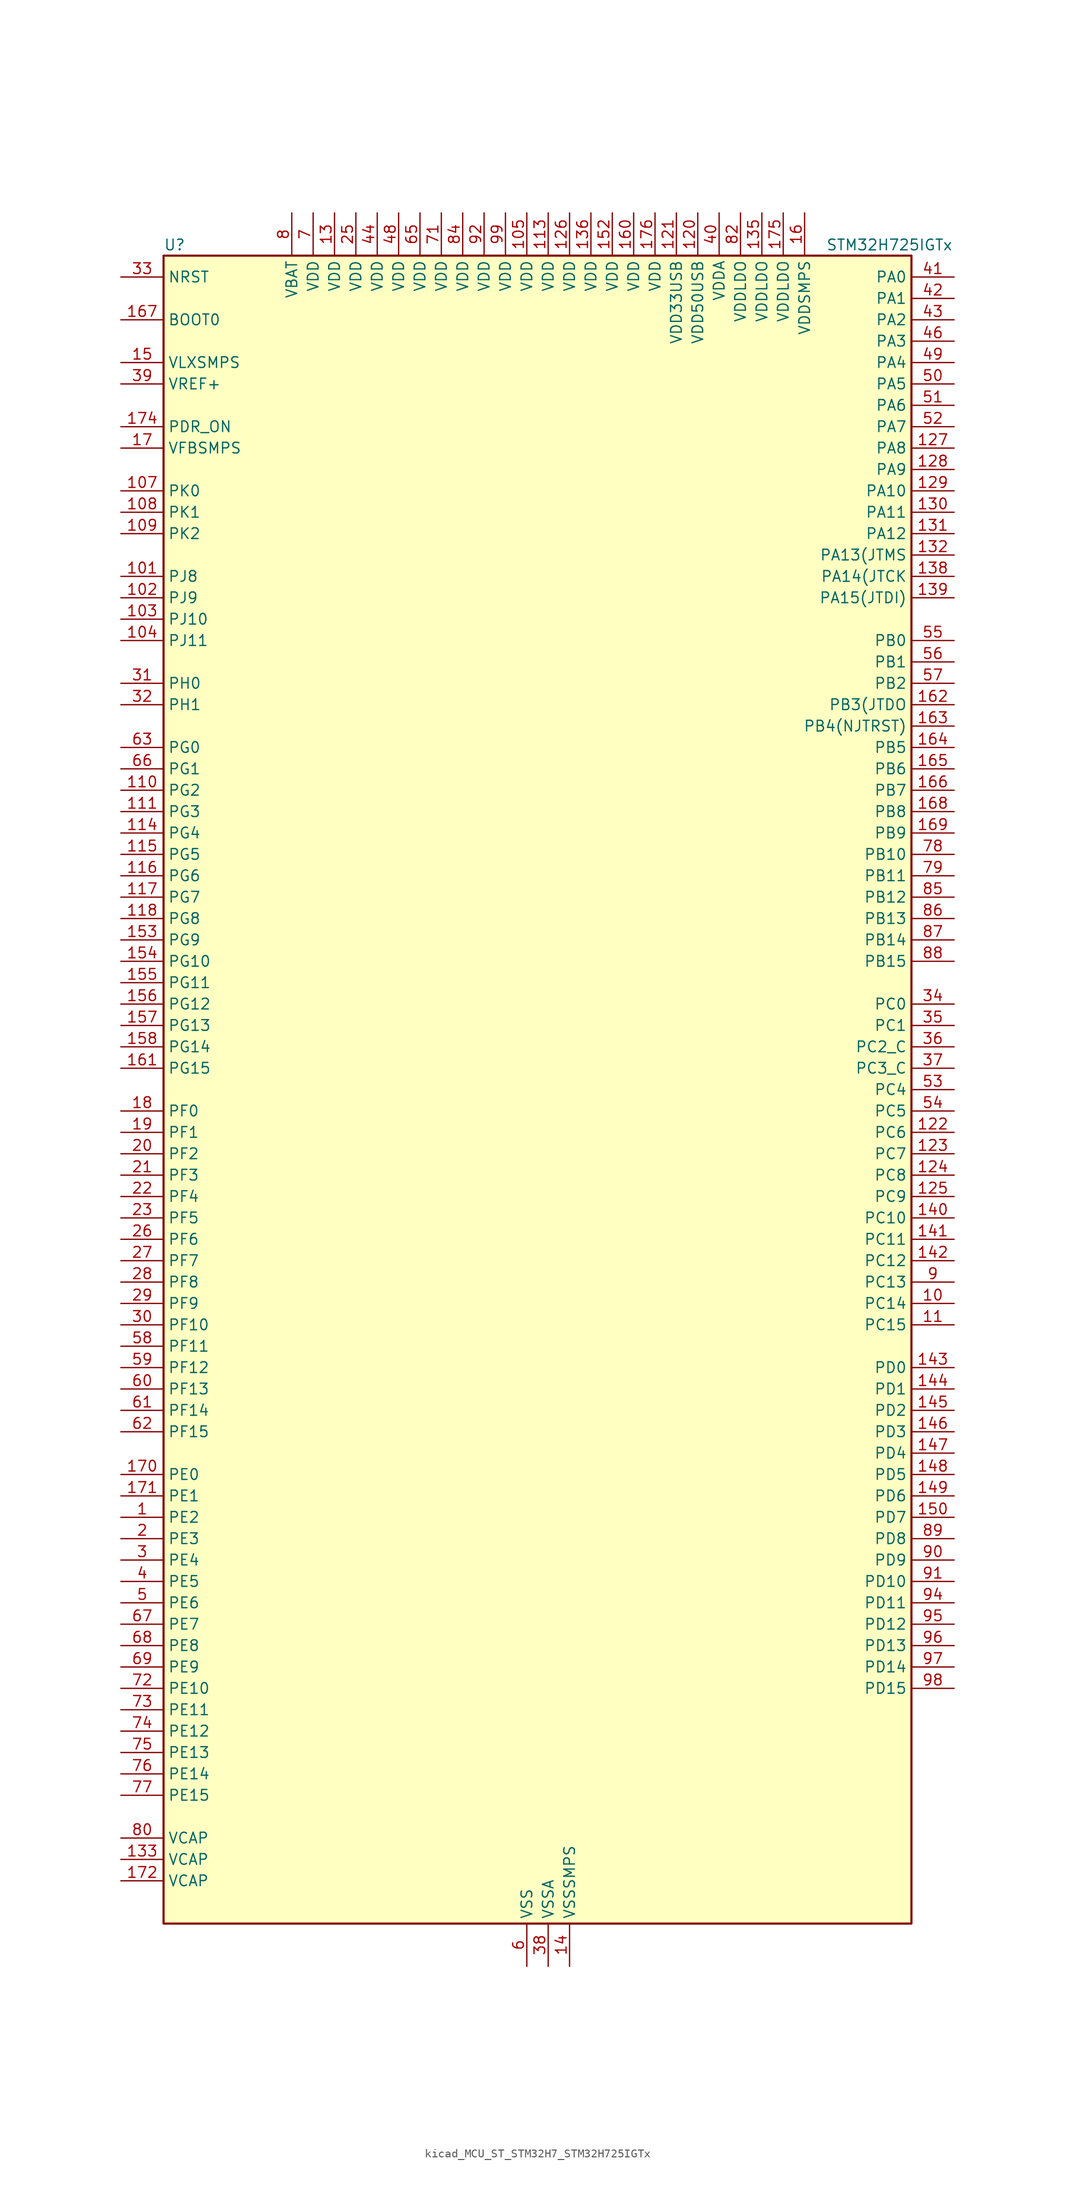
<source format=kicad_sym>
(kicad_symbol_lib
  (version 20220914)
  (generator kicad_symbol_editor)
  (symbol "kicad_MCU_ST_STM32H7_STM32H725IGTx"
    (property "Reference" "U"
      (at -43.18 100.33 0)
      (effects (font (size 1.27 1.27)) (justify left)))
    (property "Value" "STM32H725IGTx"
      (at 35.56 100.33 0)
      (effects (font (size 1.27 1.27)) (justify left)))
    (property "ki_locked" ""
      (at 0 0 0)
      (effects (font (size 1.27 1.27))))
    (symbol "kicad_MCU_ST_STM32H7_STM32H725IGTx_0_1"
      (rectangle (start -43.18 -99.06) (end 45.72 99.06) (stroke (width 0.254) (type default)) (fill (type background))))
    (symbol "kicad_MCU_ST_STM32H7_STM32H725IGTx_1_1"
      (pin bidirectional line (at -48.26 -50.8 0) (length 5.08) (name "PE2" (effects (font (size 1.27 1.27)))) (number "1" (effects (font (size 1.27 1.27)))) (alternate "DEBUG_TRACECLK" bidirectional line) (alternate "ETH_TXD3" bidirectional line) (alternate "FMC_A23" bidirectional line) (alternate "OCTOSPIM_P1_IO2" bidirectional line) (alternate "SAI1_CK1" bidirectional line) (alternate "SAI1_MCLK_A" bidirectional line) (alternate "SAI4_CK1" bidirectional line) (alternate "SAI4_MCLK_A" bidirectional line) (alternate "SPI4_SCK" bidirectional line) (alternate "USART10_RX" bidirectional line))
      (pin bidirectional line (at 50.8 -25.4 180) (length 5.08) (name "PC14" (effects (font (size 1.27 1.27)))) (number "10" (effects (font (size 1.27 1.27)))) (alternate "RCC_OSC32_IN" bidirectional line))
      (pin passive line (at 0 -104.14 90) (length 5.08) hide (name "VSS" (effects (font (size 1.27 1.27)))) (number "100" (effects (font (size 1.27 1.27)))))
      (pin bidirectional line (at -48.26 60.96 0) (length 5.08) (name "PJ8" (effects (font (size 1.27 1.27)))) (number "101" (effects (font (size 1.27 1.27)))) (alternate "LTDC_G1" bidirectional line) (alternate "TIM1_CH3N" bidirectional line) (alternate "TIM8_CH1" bidirectional line) (alternate "UART8_TX" bidirectional line))
      (pin bidirectional line (at -48.26 58.42 0) (length 5.08) (name "PJ9" (effects (font (size 1.27 1.27)))) (number "102" (effects (font (size 1.27 1.27)))) (alternate "DAC1_EXTI9" bidirectional line) (alternate "LTDC_G2" bidirectional line) (alternate "TIM1_CH3" bidirectional line) (alternate "TIM8_CH1N" bidirectional line) (alternate "UART8_RX" bidirectional line))
      (pin bidirectional line (at -48.26 55.88 0) (length 5.08) (name "PJ10" (effects (font (size 1.27 1.27)))) (number "103" (effects (font (size 1.27 1.27)))) (alternate "LTDC_G3" bidirectional line) (alternate "SPI5_MOSI" bidirectional line) (alternate "TIM1_CH2N" bidirectional line) (alternate "TIM8_CH2" bidirectional line))
      (pin bidirectional line (at -48.26 53.34 0) (length 5.08) (name "PJ11" (effects (font (size 1.27 1.27)))) (number "104" (effects (font (size 1.27 1.27)))) (alternate "ADC1_EXTI11" bidirectional line) (alternate "ADC2_EXTI11" bidirectional line) (alternate "ADC3_EXTI11" bidirectional line) (alternate "LTDC_G4" bidirectional line) (alternate "SPI5_MISO" bidirectional line) (alternate "TIM1_CH2" bidirectional line) (alternate "TIM8_CH2N" bidirectional line))
      (pin power_in line (at 0 104.14 270) (length 5.08) (name "VDD" (effects (font (size 1.27 1.27)))) (number "105" (effects (font (size 1.27 1.27)))))
      (pin passive line (at 0 -104.14 90) (length 5.08) hide (name "VSS" (effects (font (size 1.27 1.27)))) (number "106" (effects (font (size 1.27 1.27)))))
      (pin bidirectional line (at -48.26 71.12 0) (length 5.08) (name "PK0" (effects (font (size 1.27 1.27)))) (number "107" (effects (font (size 1.27 1.27)))) (alternate "LTDC_G5" bidirectional line) (alternate "SPI5_SCK" bidirectional line) (alternate "TIM1_CH1N" bidirectional line) (alternate "TIM8_CH3" bidirectional line))
      (pin bidirectional line (at -48.26 68.58 0) (length 5.08) (name "PK1" (effects (font (size 1.27 1.27)))) (number "108" (effects (font (size 1.27 1.27)))) (alternate "LTDC_G6" bidirectional line) (alternate "SPI5_NSS" bidirectional line) (alternate "TIM1_CH1" bidirectional line) (alternate "TIM8_CH3N" bidirectional line))
      (pin bidirectional line (at -48.26 66.04 0) (length 5.08) (name "PK2" (effects (font (size 1.27 1.27)))) (number "109" (effects (font (size 1.27 1.27)))) (alternate "LTDC_G7" bidirectional line) (alternate "TIM1_BKIN" bidirectional line) (alternate "TIM1_BKIN_COMP1" bidirectional line) (alternate "TIM1_BKIN_COMP2" bidirectional line) (alternate "TIM8_BKIN" bidirectional line) (alternate "TIM8_BKIN_COMP1" bidirectional line) (alternate "TIM8_BKIN_COMP2" bidirectional line))
      (pin bidirectional line (at 50.8 -27.94 180) (length 5.08) (name "PC15" (effects (font (size 1.27 1.27)))) (number "11" (effects (font (size 1.27 1.27)))) (alternate "ADC1_EXTI15" bidirectional line) (alternate "ADC2_EXTI15" bidirectional line) (alternate "ADC3_EXTI15" bidirectional line) (alternate "RCC_OSC32_OUT" bidirectional line))
      (pin bidirectional line (at -48.26 35.56 0) (length 5.08) (name "PG2" (effects (font (size 1.27 1.27)))) (number "110" (effects (font (size 1.27 1.27)))) (alternate "FMC_A12" bidirectional line) (alternate "TIM24_ETR" bidirectional line) (alternate "TIM8_BKIN" bidirectional line) (alternate "TIM8_BKIN_COMP1" bidirectional line) (alternate "TIM8_BKIN_COMP2" bidirectional line))
      (pin bidirectional line (at -48.26 33.02 0) (length 5.08) (name "PG3" (effects (font (size 1.27 1.27)))) (number "111" (effects (font (size 1.27 1.27)))) (alternate "FMC_A13" bidirectional line) (alternate "TIM23_ETR" bidirectional line) (alternate "TIM8_BKIN2" bidirectional line) (alternate "TIM8_BKIN2_COMP1" bidirectional line) (alternate "TIM8_BKIN2_COMP2" bidirectional line))
      (pin passive line (at 0 -104.14 90) (length 5.08) hide (name "VSS" (effects (font (size 1.27 1.27)))) (number "112" (effects (font (size 1.27 1.27)))))
      (pin power_in line (at 2.54 104.14 270) (length 5.08) (name "VDD" (effects (font (size 1.27 1.27)))) (number "113" (effects (font (size 1.27 1.27)))))
      (pin bidirectional line (at -48.26 30.48 0) (length 5.08) (name "PG4" (effects (font (size 1.27 1.27)))) (number "114" (effects (font (size 1.27 1.27)))) (alternate "FMC_A14" bidirectional line) (alternate "FMC_BA0" bidirectional line) (alternate "TIM1_BKIN2" bidirectional line) (alternate "TIM1_BKIN2_COMP1" bidirectional line) (alternate "TIM1_BKIN2_COMP2" bidirectional line))
      (pin bidirectional line (at -48.26 27.94 0) (length 5.08) (name "PG5" (effects (font (size 1.27 1.27)))) (number "115" (effects (font (size 1.27 1.27)))) (alternate "FMC_A15" bidirectional line) (alternate "FMC_BA1" bidirectional line) (alternate "TIM1_ETR" bidirectional line))
      (pin bidirectional line (at -48.26 25.4 0) (length 5.08) (name "PG6" (effects (font (size 1.27 1.27)))) (number "116" (effects (font (size 1.27 1.27)))) (alternate "DCMI_D12" bidirectional line) (alternate "FMC_NE3" bidirectional line) (alternate "LTDC_R7" bidirectional line) (alternate "OCTOSPIM_P1_NCS" bidirectional line) (alternate "PSSI_D12" bidirectional line) (alternate "TIM17_BKIN" bidirectional line))
      (pin bidirectional line (at -48.26 22.86 0) (length 5.08) (name "PG7" (effects (font (size 1.27 1.27)))) (number "117" (effects (font (size 1.27 1.27)))) (alternate "DCMI_D13" bidirectional line) (alternate "FMC_INT" bidirectional line) (alternate "LTDC_CLK" bidirectional line) (alternate "OCTOSPIM_P2_DQS" bidirectional line) (alternate "PSSI_D13" bidirectional line) (alternate "SAI1_MCLK_A" bidirectional line) (alternate "USART6_CK" bidirectional line))
      (pin bidirectional line (at -48.26 20.32 0) (length 5.08) (name "PG8" (effects (font (size 1.27 1.27)))) (number "118" (effects (font (size 1.27 1.27)))) (alternate "ETH_PPS_OUT" bidirectional line) (alternate "FMC_SDCLK" bidirectional line) (alternate "I2S6_WS" bidirectional line) (alternate "LTDC_G7" bidirectional line) (alternate "SPDIFRX1_IN2" bidirectional line) (alternate "SPI6_NSS" bidirectional line) (alternate "TIM8_ETR" bidirectional line) (alternate "USART6_DE" bidirectional line) (alternate "USART6_RTS" bidirectional line))
      (pin passive line (at 0 -104.14 90) (length 5.08) hide (name "VSS" (effects (font (size 1.27 1.27)))) (number "119" (effects (font (size 1.27 1.27)))))
      (pin passive line (at 0 -104.14 90) (length 5.08) hide (name "VSS" (effects (font (size 1.27 1.27)))) (number "12" (effects (font (size 1.27 1.27)))))
      (pin power_in line (at 20.32 104.14 270) (length 5.08) (name "VDD50USB" (effects (font (size 1.27 1.27)))) (number "120" (effects (font (size 1.27 1.27)))))
      (pin power_in line (at 17.78 104.14 270) (length 5.08) (name "VDD33USB" (effects (font (size 1.27 1.27)))) (number "121" (effects (font (size 1.27 1.27)))))
      (pin bidirectional line (at 50.8 -5.08 180) (length 5.08) (name "PC6" (effects (font (size 1.27 1.27)))) (number "122" (effects (font (size 1.27 1.27)))) (alternate "DCMI_D0" bidirectional line) (alternate "DFSDM1_CKIN3" bidirectional line) (alternate "FMC_NWAIT" bidirectional line) (alternate "I2S2_MCK" bidirectional line) (alternate "LTDC_HSYNC" bidirectional line) (alternate "PSSI_D0" bidirectional line) (alternate "SDMMC1_D0DIR" bidirectional line) (alternate "SDMMC1_D6" bidirectional line) (alternate "SDMMC2_D6" bidirectional line) (alternate "SWPMI1_IO" bidirectional line) (alternate "TIM3_CH1" bidirectional line) (alternate "TIM8_CH1" bidirectional line) (alternate "USART6_TX" bidirectional line))
      (pin bidirectional line (at 50.8 -7.62 180) (length 5.08) (name "PC7" (effects (font (size 1.27 1.27)))) (number "123" (effects (font (size 1.27 1.27)))) (alternate "DCMI_D1" bidirectional line) (alternate "DEBUG_TRGIO" bidirectional line) (alternate "DFSDM1_DATIN3" bidirectional line) (alternate "FMC_NE1" bidirectional line) (alternate "I2S3_MCK" bidirectional line) (alternate "LTDC_G6" bidirectional line) (alternate "PSSI_D1" bidirectional line) (alternate "SDMMC1_D123DIR" bidirectional line) (alternate "SDMMC1_D7" bidirectional line) (alternate "SDMMC2_D7" bidirectional line) (alternate "SWPMI1_TX" bidirectional line) (alternate "TIM3_CH2" bidirectional line) (alternate "TIM8_CH2" bidirectional line) (alternate "USART6_RX" bidirectional line))
      (pin bidirectional line (at 50.8 -10.16 180) (length 5.08) (name "PC8" (effects (font (size 1.27 1.27)))) (number "124" (effects (font (size 1.27 1.27)))) (alternate "DCMI_D2" bidirectional line) (alternate "DEBUG_TRACED1" bidirectional line) (alternate "FMC_INT" bidirectional line) (alternate "FMC_NCE" bidirectional line) (alternate "FMC_NE2" bidirectional line) (alternate "PSSI_D2" bidirectional line) (alternate "SDMMC1_D0" bidirectional line) (alternate "SWPMI1_RX" bidirectional line) (alternate "TIM3_CH3" bidirectional line) (alternate "TIM8_CH3" bidirectional line) (alternate "UART5_DE" bidirectional line) (alternate "UART5_RTS" bidirectional line) (alternate "USART6_CK" bidirectional line))
      (pin bidirectional line (at 50.8 -12.7 180) (length 5.08) (name "PC9" (effects (font (size 1.27 1.27)))) (number "125" (effects (font (size 1.27 1.27)))) (alternate "DAC1_EXTI9" bidirectional line) (alternate "DCMI_D3" bidirectional line) (alternate "I2C3_SDA" bidirectional line) (alternate "I2C5_SDA" bidirectional line) (alternate "I2S_CKIN" bidirectional line) (alternate "LTDC_B2" bidirectional line) (alternate "LTDC_G3" bidirectional line) (alternate "OCTOSPIM_P1_IO0" bidirectional line) (alternate "PSSI_D3" bidirectional line) (alternate "RCC_MCO_2" bidirectional line) (alternate "SDMMC1_D1" bidirectional line) (alternate "SWPMI1_SUSPEND" bidirectional line) (alternate "TIM3_CH4" bidirectional line) (alternate "TIM8_CH4" bidirectional line) (alternate "UART5_CTS" bidirectional line))
      (pin power_in line (at 5.08 104.14 270) (length 5.08) (name "VDD" (effects (font (size 1.27 1.27)))) (number "126" (effects (font (size 1.27 1.27)))))
      (pin bidirectional line (at 50.8 76.2 180) (length 5.08) (name "PA8" (effects (font (size 1.27 1.27)))) (number "127" (effects (font (size 1.27 1.27)))) (alternate "I2C3_SCL" bidirectional line) (alternate "I2C5_SCL" bidirectional line) (alternate "LTDC_B3" bidirectional line) (alternate "LTDC_R6" bidirectional line) (alternate "RCC_MCO_1" bidirectional line) (alternate "TIM1_CH1" bidirectional line) (alternate "TIM8_BKIN2" bidirectional line) (alternate "TIM8_BKIN2_COMP1" bidirectional line) (alternate "TIM8_BKIN2_COMP2" bidirectional line) (alternate "UART7_RX" bidirectional line) (alternate "USART1_CK" bidirectional line) (alternate "USB_OTG_HS_SOF" bidirectional line))
      (pin bidirectional line (at 50.8 73.66 180) (length 5.08) (name "PA9" (effects (font (size 1.27 1.27)))) (number "128" (effects (font (size 1.27 1.27)))) (alternate "DAC1_EXTI9" bidirectional line) (alternate "DCMI_D0" bidirectional line) (alternate "ETH_TX_ER" bidirectional line) (alternate "I2C3_SMBA" bidirectional line) (alternate "I2C5_SMBA" bidirectional line) (alternate "I2S2_CK" bidirectional line) (alternate "LPUART1_TX" bidirectional line) (alternate "LTDC_R5" bidirectional line) (alternate "PSSI_D0" bidirectional line) (alternate "SPI2_SCK" bidirectional line) (alternate "TIM1_CH2" bidirectional line) (alternate "USART1_TX" bidirectional line) (alternate "USB_OTG_HS_VBUS" bidirectional line))
      (pin bidirectional line (at 50.8 71.12 180) (length 5.08) (name "PA10" (effects (font (size 1.27 1.27)))) (number "129" (effects (font (size 1.27 1.27)))) (alternate "DCMI_D1" bidirectional line) (alternate "LPUART1_RX" bidirectional line) (alternate "LTDC_B1" bidirectional line) (alternate "LTDC_B4" bidirectional line) (alternate "MDIOS_MDIO" bidirectional line) (alternate "PSSI_D1" bidirectional line) (alternate "TIM1_CH3" bidirectional line) (alternate "USART1_RX" bidirectional line) (alternate "USB_OTG_HS_ID" bidirectional line))
      (pin power_in line (at -22.86 104.14 270) (length 5.08) (name "VDD" (effects (font (size 1.27 1.27)))) (number "13" (effects (font (size 1.27 1.27)))))
      (pin bidirectional line (at 50.8 68.58 180) (length 5.08) (name "PA11" (effects (font (size 1.27 1.27)))) (number "130" (effects (font (size 1.27 1.27)))) (alternate "ADC1_EXTI11" bidirectional line) (alternate "ADC2_EXTI11" bidirectional line) (alternate "ADC3_EXTI11" bidirectional line) (alternate "FDCAN1_RX" bidirectional line) (alternate "I2S2_WS" bidirectional line) (alternate "LPUART1_CTS" bidirectional line) (alternate "LTDC_R4" bidirectional line) (alternate "SPI2_NSS" bidirectional line) (alternate "TIM1_CH4" bidirectional line) (alternate "UART4_RX" bidirectional line) (alternate "USART1_CTS" bidirectional line) (alternate "USART1_NSS" bidirectional line) (alternate "USB_OTG_HS_DM" bidirectional line))
      (pin bidirectional line (at 50.8 66.04 180) (length 5.08) (name "PA12" (effects (font (size 1.27 1.27)))) (number "131" (effects (font (size 1.27 1.27)))) (alternate "FDCAN1_TX" bidirectional line) (alternate "I2S2_CK" bidirectional line) (alternate "LPUART1_DE" bidirectional line) (alternate "LPUART1_RTS" bidirectional line) (alternate "LTDC_R5" bidirectional line) (alternate "SAI4_FS_B" bidirectional line) (alternate "SPI2_SCK" bidirectional line) (alternate "TIM1_BKIN2" bidirectional line) (alternate "TIM1_ETR" bidirectional line) (alternate "UART4_TX" bidirectional line) (alternate "USART1_DE" bidirectional line) (alternate "USART1_RTS" bidirectional line) (alternate "USB_OTG_HS_DP" bidirectional line))
      (pin bidirectional line (at 50.8 63.5 180) (length 5.08) (name "PA13(JTMS" (effects (font (size 1.27 1.27)))) (number "132" (effects (font (size 1.27 1.27)))) (alternate "DEBUG_JTMS-SWDIO" bidirectional line))
      (pin power_out line (at -48.26 -91.44 0) (length 5.08) (name "VCAP" (effects (font (size 1.27 1.27)))) (number "133" (effects (font (size 1.27 1.27)))))
      (pin passive line (at 0 -104.14 90) (length 5.08) hide (name "VSS" (effects (font (size 1.27 1.27)))) (number "134" (effects (font (size 1.27 1.27)))))
      (pin power_in line (at 27.94 104.14 270) (length 5.08) (name "VDDLDO" (effects (font (size 1.27 1.27)))) (number "135" (effects (font (size 1.27 1.27)))))
      (pin power_in line (at 7.62 104.14 270) (length 5.08) (name "VDD" (effects (font (size 1.27 1.27)))) (number "136" (effects (font (size 1.27 1.27)))))
      (pin passive line (at 0 -104.14 90) (length 5.08) hide (name "VSS" (effects (font (size 1.27 1.27)))) (number "137" (effects (font (size 1.27 1.27)))))
      (pin bidirectional line (at 50.8 60.96 180) (length 5.08) (name "PA14(JTCK" (effects (font (size 1.27 1.27)))) (number "138" (effects (font (size 1.27 1.27)))) (alternate "DEBUG_JTCK-SWCLK" bidirectional line))
      (pin bidirectional line (at 50.8 58.42 180) (length 5.08) (name "PA15(JTDI)" (effects (font (size 1.27 1.27)))) (number "139" (effects (font (size 1.27 1.27)))) (alternate "ADC1_EXTI15" bidirectional line) (alternate "ADC2_EXTI15" bidirectional line) (alternate "ADC3_EXTI15" bidirectional line) (alternate "CEC" bidirectional line) (alternate "DEBUG_JTDI" bidirectional line) (alternate "I2S1_WS" bidirectional line) (alternate "I2S3_WS" bidirectional line) (alternate "I2S6_WS" bidirectional line) (alternate "LTDC_B6" bidirectional line) (alternate "LTDC_R3" bidirectional line) (alternate "SPI1_NSS" bidirectional line) (alternate "SPI3_NSS" bidirectional line) (alternate "SPI6_NSS" bidirectional line) (alternate "TIM2_CH1" bidirectional line) (alternate "TIM2_ETR" bidirectional line) (alternate "UART4_DE" bidirectional line) (alternate "UART4_RTS" bidirectional line) (alternate "UART7_TX" bidirectional line))
      (pin power_in line (at 5.08 -104.14 90) (length 5.08) (name "VSSSMPS" (effects (font (size 1.27 1.27)))) (number "14" (effects (font (size 1.27 1.27)))))
      (pin bidirectional line (at 50.8 -15.24 180) (length 5.08) (name "PC10" (effects (font (size 1.27 1.27)))) (number "140" (effects (font (size 1.27 1.27)))) (alternate "DCMI_D8" bidirectional line) (alternate "DFSDM1_CKIN5" bidirectional line) (alternate "I2C5_SDA" bidirectional line) (alternate "I2S3_CK" bidirectional line) (alternate "LTDC_B1" bidirectional line) (alternate "LTDC_R2" bidirectional line) (alternate "OCTOSPIM_P1_IO1" bidirectional line) (alternate "PSSI_D8" bidirectional line) (alternate "SDMMC1_D2" bidirectional line) (alternate "SPI3_SCK" bidirectional line) (alternate "SWPMI1_RX" bidirectional line) (alternate "UART4_TX" bidirectional line) (alternate "USART3_TX" bidirectional line))
      (pin bidirectional line (at 50.8 -17.78 180) (length 5.08) (name "PC11" (effects (font (size 1.27 1.27)))) (number "141" (effects (font (size 1.27 1.27)))) (alternate "ADC1_EXTI11" bidirectional line) (alternate "ADC2_EXTI11" bidirectional line) (alternate "ADC3_EXTI11" bidirectional line) (alternate "DCMI_D4" bidirectional line) (alternate "DFSDM1_DATIN5" bidirectional line) (alternate "I2C5_SCL" bidirectional line) (alternate "I2S3_SDI" bidirectional line) (alternate "LTDC_B4" bidirectional line) (alternate "OCTOSPIM_P1_NCS" bidirectional line) (alternate "PSSI_D4" bidirectional line) (alternate "SDMMC1_D3" bidirectional line) (alternate "SPI3_MISO" bidirectional line) (alternate "UART4_RX" bidirectional line) (alternate "USART3_RX" bidirectional line))
      (pin bidirectional line (at 50.8 -20.32 180) (length 5.08) (name "PC12" (effects (font (size 1.27 1.27)))) (number "142" (effects (font (size 1.27 1.27)))) (alternate "DCMI_D9" bidirectional line) (alternate "DEBUG_TRACED3" bidirectional line) (alternate "FMC_D6" bidirectional line) (alternate "FMC_DA6" bidirectional line) (alternate "I2C5_SMBA" bidirectional line) (alternate "I2S3_SDO" bidirectional line) (alternate "I2S6_CK" bidirectional line) (alternate "LTDC_R6" bidirectional line) (alternate "PSSI_D9" bidirectional line) (alternate "SDMMC1_CK" bidirectional line) (alternate "SPI3_MOSI" bidirectional line) (alternate "SPI6_SCK" bidirectional line) (alternate "TIM15_CH1" bidirectional line) (alternate "UART5_TX" bidirectional line) (alternate "USART3_CK" bidirectional line))
      (pin bidirectional line (at 50.8 -33.02 180) (length 5.08) (name "PD0" (effects (font (size 1.27 1.27)))) (number "143" (effects (font (size 1.27 1.27)))) (alternate "DFSDM1_CKIN6" bidirectional line) (alternate "FDCAN1_RX" bidirectional line) (alternate "FMC_D2" bidirectional line) (alternate "FMC_DA2" bidirectional line) (alternate "LTDC_B1" bidirectional line) (alternate "UART4_RX" bidirectional line) (alternate "UART9_CTS" bidirectional line))
      (pin bidirectional line (at 50.8 -35.56 180) (length 5.08) (name "PD1" (effects (font (size 1.27 1.27)))) (number "144" (effects (font (size 1.27 1.27)))) (alternate "DFSDM1_DATIN6" bidirectional line) (alternate "FDCAN1_TX" bidirectional line) (alternate "FMC_D3" bidirectional line) (alternate "FMC_DA3" bidirectional line) (alternate "UART4_TX" bidirectional line))
      (pin bidirectional line (at 50.8 -38.1 180) (length 5.08) (name "PD2" (effects (font (size 1.27 1.27)))) (number "145" (effects (font (size 1.27 1.27)))) (alternate "DCMI_D11" bidirectional line) (alternate "DEBUG_TRACED2" bidirectional line) (alternate "FMC_D7" bidirectional line) (alternate "FMC_DA7" bidirectional line) (alternate "LTDC_B2" bidirectional line) (alternate "LTDC_B7" bidirectional line) (alternate "PSSI_D11" bidirectional line) (alternate "SDMMC1_CMD" bidirectional line) (alternate "TIM15_BKIN" bidirectional line) (alternate "TIM3_ETR" bidirectional line) (alternate "UART5_RX" bidirectional line))
      (pin bidirectional line (at 50.8 -40.64 180) (length 5.08) (name "PD3" (effects (font (size 1.27 1.27)))) (number "146" (effects (font (size 1.27 1.27)))) (alternate "DCMI_D5" bidirectional line) (alternate "DFSDM1_CKOUT" bidirectional line) (alternate "FMC_CLK" bidirectional line) (alternate "I2S2_CK" bidirectional line) (alternate "LTDC_G7" bidirectional line) (alternate "PSSI_D5" bidirectional line) (alternate "SPI2_SCK" bidirectional line) (alternate "USART2_CTS" bidirectional line) (alternate "USART2_NSS" bidirectional line))
      (pin bidirectional line (at 50.8 -43.18 180) (length 5.08) (name "PD4" (effects (font (size 1.27 1.27)))) (number "147" (effects (font (size 1.27 1.27)))) (alternate "FMC_NOE" bidirectional line) (alternate "OCTOSPIM_P1_IO4" bidirectional line) (alternate "USART2_DE" bidirectional line) (alternate "USART2_RTS" bidirectional line))
      (pin bidirectional line (at 50.8 -45.72 180) (length 5.08) (name "PD5" (effects (font (size 1.27 1.27)))) (number "148" (effects (font (size 1.27 1.27)))) (alternate "FMC_NWE" bidirectional line) (alternate "OCTOSPIM_P1_IO5" bidirectional line) (alternate "USART2_TX" bidirectional line))
      (pin bidirectional line (at 50.8 -48.26 180) (length 5.08) (name "PD6" (effects (font (size 1.27 1.27)))) (number "149" (effects (font (size 1.27 1.27)))) (alternate "DCMI_D10" bidirectional line) (alternate "DFSDM1_CKIN4" bidirectional line) (alternate "DFSDM1_DATIN1" bidirectional line) (alternate "FMC_NWAIT" bidirectional line) (alternate "I2S3_SDO" bidirectional line) (alternate "LTDC_B2" bidirectional line) (alternate "OCTOSPIM_P1_IO6" bidirectional line) (alternate "PSSI_D10" bidirectional line) (alternate "SAI1_D1" bidirectional line) (alternate "SAI1_SD_A" bidirectional line) (alternate "SAI4_D1" bidirectional line) (alternate "SAI4_SD_A" bidirectional line) (alternate "SDMMC2_CK" bidirectional line) (alternate "SPI3_MOSI" bidirectional line) (alternate "USART2_RX" bidirectional line))
      (pin power_in line (at -48.26 86.36 0) (length 5.08) (name "VLXSMPS" (effects (font (size 1.27 1.27)))) (number "15" (effects (font (size 1.27 1.27)))))
      (pin bidirectional line (at 50.8 -50.8 180) (length 5.08) (name "PD7" (effects (font (size 1.27 1.27)))) (number "150" (effects (font (size 1.27 1.27)))) (alternate "DFSDM1_CKIN1" bidirectional line) (alternate "DFSDM1_DATIN4" bidirectional line) (alternate "FMC_NE1" bidirectional line) (alternate "I2S1_SDO" bidirectional line) (alternate "OCTOSPIM_P1_IO7" bidirectional line) (alternate "SDMMC2_CMD" bidirectional line) (alternate "SPDIFRX1_IN0" bidirectional line) (alternate "SPI1_MOSI" bidirectional line) (alternate "USART2_CK" bidirectional line))
      (pin passive line (at 0 -104.14 90) (length 5.08) hide (name "VSS" (effects (font (size 1.27 1.27)))) (number "151" (effects (font (size 1.27 1.27)))))
      (pin power_in line (at 10.16 104.14 270) (length 5.08) (name "VDD" (effects (font (size 1.27 1.27)))) (number "152" (effects (font (size 1.27 1.27)))))
      (pin bidirectional line (at -48.26 17.78 0) (length 5.08) (name "PG9" (effects (font (size 1.27 1.27)))) (number "153" (effects (font (size 1.27 1.27)))) (alternate "DAC1_EXTI9" bidirectional line) (alternate "DCMI_VSYNC" bidirectional line) (alternate "FDCAN3_TX" bidirectional line) (alternate "FMC_NCE" bidirectional line) (alternate "FMC_NE2" bidirectional line) (alternate "I2S1_SDI" bidirectional line) (alternate "OCTOSPIM_P1_IO6" bidirectional line) (alternate "PSSI_RDY" bidirectional line) (alternate "SAI4_FS_B" bidirectional line) (alternate "SDMMC2_D0" bidirectional line) (alternate "SPDIFRX1_IN3" bidirectional line) (alternate "SPI1_MISO" bidirectional line) (alternate "USART6_RX" bidirectional line))
      (pin bidirectional line (at -48.26 15.24 0) (length 5.08) (name "PG10" (effects (font (size 1.27 1.27)))) (number "154" (effects (font (size 1.27 1.27)))) (alternate "DCMI_D2" bidirectional line) (alternate "FDCAN3_RX" bidirectional line) (alternate "FMC_NE3" bidirectional line) (alternate "I2S1_WS" bidirectional line) (alternate "LTDC_B2" bidirectional line) (alternate "LTDC_G3" bidirectional line) (alternate "OCTOSPIM_P2_IO6" bidirectional line) (alternate "PSSI_D2" bidirectional line) (alternate "SAI4_SD_B" bidirectional line) (alternate "SDMMC2_D1" bidirectional line) (alternate "SPI1_NSS" bidirectional line))
      (pin bidirectional line (at -48.26 12.7 0) (length 5.08) (name "PG11" (effects (font (size 1.27 1.27)))) (number "155" (effects (font (size 1.27 1.27)))) (alternate "ADC1_EXTI11" bidirectional line) (alternate "ADC2_EXTI11" bidirectional line) (alternate "ADC3_EXTI11" bidirectional line) (alternate "DCMI_D3" bidirectional line) (alternate "ETH_TX_EN" bidirectional line) (alternate "I2S1_CK" bidirectional line) (alternate "LPTIM1_IN2" bidirectional line) (alternate "LTDC_B3" bidirectional line) (alternate "OCTOSPIM_P2_IO7" bidirectional line) (alternate "PSSI_D3" bidirectional line) (alternate "SDMMC2_D2" bidirectional line) (alternate "SPDIFRX1_IN0" bidirectional line) (alternate "SPI1_SCK" bidirectional line) (alternate "USART10_RX" bidirectional line))
      (pin bidirectional line (at -48.26 10.16 0) (length 5.08) (name "PG12" (effects (font (size 1.27 1.27)))) (number "156" (effects (font (size 1.27 1.27)))) (alternate "ETH_TXD1" bidirectional line) (alternate "FMC_NE4" bidirectional line) (alternate "I2S6_SDI" bidirectional line) (alternate "LPTIM1_IN1" bidirectional line) (alternate "LTDC_B1" bidirectional line) (alternate "LTDC_B4" bidirectional line) (alternate "OCTOSPIM_P2_NCS" bidirectional line) (alternate "SDMMC2_D3" bidirectional line) (alternate "SPDIFRX1_IN1" bidirectional line) (alternate "SPI6_MISO" bidirectional line) (alternate "TIM23_CH1" bidirectional line) (alternate "USART10_TX" bidirectional line) (alternate "USART6_DE" bidirectional line) (alternate "USART6_RTS" bidirectional line))
      (pin bidirectional line (at -48.26 7.62 0) (length 5.08) (name "PG13" (effects (font (size 1.27 1.27)))) (number "157" (effects (font (size 1.27 1.27)))) (alternate "DEBUG_TRACED0" bidirectional line) (alternate "ETH_TXD0" bidirectional line) (alternate "FMC_A24" bidirectional line) (alternate "I2S6_CK" bidirectional line) (alternate "LPTIM1_OUT" bidirectional line) (alternate "LTDC_R0" bidirectional line) (alternate "SDMMC2_D6" bidirectional line) (alternate "SPI6_SCK" bidirectional line) (alternate "TIM23_CH2" bidirectional line) (alternate "USART10_CTS" bidirectional line) (alternate "USART10_NSS" bidirectional line) (alternate "USART6_CTS" bidirectional line) (alternate "USART6_NSS" bidirectional line))
      (pin bidirectional line (at -48.26 5.08 0) (length 5.08) (name "PG14" (effects (font (size 1.27 1.27)))) (number "158" (effects (font (size 1.27 1.27)))) (alternate "DEBUG_TRACED1" bidirectional line) (alternate "ETH_TXD1" bidirectional line) (alternate "FMC_A25" bidirectional line) (alternate "I2S6_SDO" bidirectional line) (alternate "LPTIM1_ETR" bidirectional line) (alternate "LTDC_B0" bidirectional line) (alternate "OCTOSPIM_P1_IO7" bidirectional line) (alternate "SDMMC2_D7" bidirectional line) (alternate "SPI6_MOSI" bidirectional line) (alternate "TIM23_CH3" bidirectional line) (alternate "USART10_DE" bidirectional line) (alternate "USART10_RTS" bidirectional line) (alternate "USART6_TX" bidirectional line))
      (pin passive line (at 0 -104.14 90) (length 5.08) hide (name "VSS" (effects (font (size 1.27 1.27)))) (number "159" (effects (font (size 1.27 1.27)))))
      (pin power_in line (at 33.02 104.14 270) (length 5.08) (name "VDDSMPS" (effects (font (size 1.27 1.27)))) (number "16" (effects (font (size 1.27 1.27)))))
      (pin power_in line (at 12.7 104.14 270) (length 5.08) (name "VDD" (effects (font (size 1.27 1.27)))) (number "160" (effects (font (size 1.27 1.27)))))
      (pin bidirectional line (at -48.26 2.54 0) (length 5.08) (name "PG15" (effects (font (size 1.27 1.27)))) (number "161" (effects (font (size 1.27 1.27)))) (alternate "ADC1_EXTI15" bidirectional line) (alternate "ADC2_EXTI15" bidirectional line) (alternate "ADC3_EXTI15" bidirectional line) (alternate "DCMI_D13" bidirectional line) (alternate "FMC_SDNCAS" bidirectional line) (alternate "OCTOSPIM_P2_DQS" bidirectional line) (alternate "PSSI_D13" bidirectional line) (alternate "USART10_CK" bidirectional line) (alternate "USART6_CTS" bidirectional line) (alternate "USART6_NSS" bidirectional line))
      (pin bidirectional line (at 50.8 45.72 180) (length 5.08) (name "PB3(JTDO" (effects (font (size 1.27 1.27)))) (number "162" (effects (font (size 1.27 1.27)))) (alternate "CRS_SYNC" bidirectional line) (alternate "DEBUG_JTDO-SWO" bidirectional line) (alternate "I2S1_CK" bidirectional line) (alternate "I2S3_CK" bidirectional line) (alternate "I2S6_CK" bidirectional line) (alternate "SDMMC2_D2" bidirectional line) (alternate "SPI1_SCK" bidirectional line) (alternate "SPI3_SCK" bidirectional line) (alternate "SPI6_SCK" bidirectional line) (alternate "TIM24_ETR" bidirectional line) (alternate "TIM2_CH2" bidirectional line) (alternate "UART7_RX" bidirectional line))
      (pin bidirectional line (at 50.8 43.18 180) (length 5.08) (name "PB4(NJTRST)" (effects (font (size 1.27 1.27)))) (number "163" (effects (font (size 1.27 1.27)))) (alternate "DEBUG_JTRST" bidirectional line) (alternate "I2S1_SDI" bidirectional line) (alternate "I2S2_WS" bidirectional line) (alternate "I2S3_SDI" bidirectional line) (alternate "I2S6_SDI" bidirectional line) (alternate "SDMMC2_D3" bidirectional line) (alternate "SPI1_MISO" bidirectional line) (alternate "SPI2_NSS" bidirectional line) (alternate "SPI3_MISO" bidirectional line) (alternate "SPI6_MISO" bidirectional line) (alternate "TIM16_BKIN" bidirectional line) (alternate "TIM3_CH1" bidirectional line) (alternate "UART7_TX" bidirectional line))
      (pin bidirectional line (at 50.8 40.64 180) (length 5.08) (name "PB5" (effects (font (size 1.27 1.27)))) (number "164" (effects (font (size 1.27 1.27)))) (alternate "DCMI_D10" bidirectional line) (alternate "ETH_PPS_OUT" bidirectional line) (alternate "FDCAN2_RX" bidirectional line) (alternate "FMC_SDCKE1" bidirectional line) (alternate "I2C1_SMBA" bidirectional line) (alternate "I2C4_SMBA" bidirectional line) (alternate "I2S1_SDO" bidirectional line) (alternate "I2S3_SDO" bidirectional line) (alternate "I2S6_SDO" bidirectional line) (alternate "LTDC_B5" bidirectional line) (alternate "PSSI_D10" bidirectional line) (alternate "SPI1_MOSI" bidirectional line) (alternate "SPI3_MOSI" bidirectional line) (alternate "SPI6_MOSI" bidirectional line) (alternate "TIM17_BKIN" bidirectional line) (alternate "TIM3_CH2" bidirectional line) (alternate "UART5_RX" bidirectional line) (alternate "USB_OTG_HS_ULPI_D7" bidirectional line))
      (pin bidirectional line (at 50.8 38.1 180) (length 5.08) (name "PB6" (effects (font (size 1.27 1.27)))) (number "165" (effects (font (size 1.27 1.27)))) (alternate "CEC" bidirectional line) (alternate "DCMI_D5" bidirectional line) (alternate "DFSDM1_DATIN5" bidirectional line) (alternate "FDCAN2_TX" bidirectional line) (alternate "FMC_SDNE1" bidirectional line) (alternate "I2C1_SCL" bidirectional line) (alternate "I2C4_SCL" bidirectional line) (alternate "LPUART1_TX" bidirectional line) (alternate "OCTOSPIM_P1_NCS" bidirectional line) (alternate "PSSI_D5" bidirectional line) (alternate "TIM16_CH1N" bidirectional line) (alternate "TIM4_CH1" bidirectional line) (alternate "UART5_TX" bidirectional line) (alternate "USART1_TX" bidirectional line))
      (pin bidirectional line (at 50.8 35.56 180) (length 5.08) (name "PB7" (effects (font (size 1.27 1.27)))) (number "166" (effects (font (size 1.27 1.27)))) (alternate "DCMI_VSYNC" bidirectional line) (alternate "DFSDM1_CKIN5" bidirectional line) (alternate "FMC_NL" bidirectional line) (alternate "I2C1_SDA" bidirectional line) (alternate "I2C4_SDA" bidirectional line) (alternate "LPUART1_RX" bidirectional line) (alternate "PSSI_RDY" bidirectional line) (alternate "PWR_PVD_IN" bidirectional line) (alternate "TIM17_CH1N" bidirectional line) (alternate "TIM4_CH2" bidirectional line) (alternate "USART1_RX" bidirectional line))
      (pin input line (at -48.26 91.44 0) (length 5.08) (name "BOOT0" (effects (font (size 1.27 1.27)))) (number "167" (effects (font (size 1.27 1.27)))))
      (pin bidirectional line (at 50.8 33.02 180) (length 5.08) (name "PB8" (effects (font (size 1.27 1.27)))) (number "168" (effects (font (size 1.27 1.27)))) (alternate "DCMI_D6" bidirectional line) (alternate "DFSDM1_CKIN7" bidirectional line) (alternate "ETH_TXD3" bidirectional line) (alternate "FDCAN1_RX" bidirectional line) (alternate "I2C1_SCL" bidirectional line) (alternate "I2C4_SCL" bidirectional line) (alternate "LTDC_B6" bidirectional line) (alternate "PSSI_D6" bidirectional line) (alternate "SDMMC1_CKIN" bidirectional line) (alternate "SDMMC1_D4" bidirectional line) (alternate "SDMMC2_D4" bidirectional line) (alternate "TIM16_CH1" bidirectional line) (alternate "TIM4_CH3" bidirectional line) (alternate "UART4_RX" bidirectional line))
      (pin bidirectional line (at 50.8 30.48 180) (length 5.08) (name "PB9" (effects (font (size 1.27 1.27)))) (number "169" (effects (font (size 1.27 1.27)))) (alternate "DAC1_EXTI9" bidirectional line) (alternate "DCMI_D7" bidirectional line) (alternate "DFSDM1_DATIN7" bidirectional line) (alternate "FDCAN1_TX" bidirectional line) (alternate "I2C1_SDA" bidirectional line) (alternate "I2C4_SDA" bidirectional line) (alternate "I2C4_SMBA" bidirectional line) (alternate "I2S2_WS" bidirectional line) (alternate "LTDC_B7" bidirectional line) (alternate "PSSI_D7" bidirectional line) (alternate "SDMMC1_CDIR" bidirectional line) (alternate "SDMMC1_D5" bidirectional line) (alternate "SDMMC2_D5" bidirectional line) (alternate "SPI2_NSS" bidirectional line) (alternate "TIM17_CH1" bidirectional line) (alternate "TIM4_CH4" bidirectional line) (alternate "UART4_TX" bidirectional line))
      (pin input line (at -48.26 76.2 0) (length 5.08) (name "VFBSMPS" (effects (font (size 1.27 1.27)))) (number "17" (effects (font (size 1.27 1.27)))))
      (pin bidirectional line (at -48.26 -45.72 0) (length 5.08) (name "PE0" (effects (font (size 1.27 1.27)))) (number "170" (effects (font (size 1.27 1.27)))) (alternate "DCMI_D2" bidirectional line) (alternate "FMC_NBL0" bidirectional line) (alternate "LPTIM1_ETR" bidirectional line) (alternate "LPTIM2_ETR" bidirectional line) (alternate "LTDC_R0" bidirectional line) (alternate "PSSI_D2" bidirectional line) (alternate "SAI4_MCLK_A" bidirectional line) (alternate "TIM4_ETR" bidirectional line) (alternate "UART8_RX" bidirectional line))
      (pin bidirectional line (at -48.26 -48.26 0) (length 5.08) (name "PE1" (effects (font (size 1.27 1.27)))) (number "171" (effects (font (size 1.27 1.27)))) (alternate "DCMI_D3" bidirectional line) (alternate "FMC_NBL1" bidirectional line) (alternate "LPTIM1_IN2" bidirectional line) (alternate "LTDC_R6" bidirectional line) (alternate "PSSI_D3" bidirectional line) (alternate "UART8_TX" bidirectional line))
      (pin power_out line (at -48.26 -93.98 0) (length 5.08) (name "VCAP" (effects (font (size 1.27 1.27)))) (number "172" (effects (font (size 1.27 1.27)))))
      (pin passive line (at 0 -104.14 90) (length 5.08) hide (name "VSS" (effects (font (size 1.27 1.27)))) (number "173" (effects (font (size 1.27 1.27)))))
      (pin input line (at -48.26 78.74 0) (length 5.08) (name "PDR_ON" (effects (font (size 1.27 1.27)))) (number "174" (effects (font (size 1.27 1.27)))))
      (pin power_in line (at 30.48 104.14 270) (length 5.08) (name "VDDLDO" (effects (font (size 1.27 1.27)))) (number "175" (effects (font (size 1.27 1.27)))))
      (pin power_in line (at 15.24 104.14 270) (length 5.08) (name "VDD" (effects (font (size 1.27 1.27)))) (number "176" (effects (font (size 1.27 1.27)))))
      (pin bidirectional line (at -48.26 -2.54 0) (length 5.08) (name "PF0" (effects (font (size 1.27 1.27)))) (number "18" (effects (font (size 1.27 1.27)))) (alternate "FMC_A0" bidirectional line) (alternate "I2C2_SDA" bidirectional line) (alternate "I2C5_SDA" bidirectional line) (alternate "OCTOSPIM_P2_IO0" bidirectional line) (alternate "TIM23_CH1" bidirectional line))
      (pin bidirectional line (at -48.26 -5.08 0) (length 5.08) (name "PF1" (effects (font (size 1.27 1.27)))) (number "19" (effects (font (size 1.27 1.27)))) (alternate "FMC_A1" bidirectional line) (alternate "I2C2_SCL" bidirectional line) (alternate "I2C5_SCL" bidirectional line) (alternate "OCTOSPIM_P2_IO1" bidirectional line) (alternate "TIM23_CH2" bidirectional line))
      (pin bidirectional line (at -48.26 -53.34 0) (length 5.08) (name "PE3" (effects (font (size 1.27 1.27)))) (number "2" (effects (font (size 1.27 1.27)))) (alternate "DEBUG_TRACED0" bidirectional line) (alternate "FMC_A19" bidirectional line) (alternate "SAI1_SD_B" bidirectional line) (alternate "SAI4_SD_B" bidirectional line) (alternate "TIM15_BKIN" bidirectional line) (alternate "USART10_TX" bidirectional line))
      (pin bidirectional line (at -48.26 -7.62 0) (length 5.08) (name "PF2" (effects (font (size 1.27 1.27)))) (number "20" (effects (font (size 1.27 1.27)))) (alternate "FMC_A2" bidirectional line) (alternate "I2C2_SMBA" bidirectional line) (alternate "I2C5_SMBA" bidirectional line) (alternate "OCTOSPIM_P2_IO2" bidirectional line) (alternate "TIM23_CH3" bidirectional line))
      (pin bidirectional line (at -48.26 -10.16 0) (length 5.08) (name "PF3" (effects (font (size 1.27 1.27)))) (number "21" (effects (font (size 1.27 1.27)))) (alternate "ADC3_INP5" bidirectional line) (alternate "FMC_A3" bidirectional line) (alternate "OCTOSPIM_P2_IO3" bidirectional line) (alternate "TIM23_CH4" bidirectional line))
      (pin bidirectional line (at -48.26 -12.7 0) (length 5.08) (name "PF4" (effects (font (size 1.27 1.27)))) (number "22" (effects (font (size 1.27 1.27)))) (alternate "ADC3_INN5" bidirectional line) (alternate "ADC3_INP9" bidirectional line) (alternate "FMC_A4" bidirectional line) (alternate "OCTOSPIM_P2_CLK" bidirectional line))
      (pin bidirectional line (at -48.26 -15.24 0) (length 5.08) (name "PF5" (effects (font (size 1.27 1.27)))) (number "23" (effects (font (size 1.27 1.27)))) (alternate "ADC3_INP4" bidirectional line) (alternate "FMC_A5" bidirectional line) (alternate "OCTOSPIM_P2_NCLK" bidirectional line))
      (pin passive line (at 0 -104.14 90) (length 5.08) hide (name "VSS" (effects (font (size 1.27 1.27)))) (number "24" (effects (font (size 1.27 1.27)))))
      (pin power_in line (at -20.32 104.14 270) (length 5.08) (name "VDD" (effects (font (size 1.27 1.27)))) (number "25" (effects (font (size 1.27 1.27)))))
      (pin bidirectional line (at -48.26 -17.78 0) (length 5.08) (name "PF6" (effects (font (size 1.27 1.27)))) (number "26" (effects (font (size 1.27 1.27)))) (alternate "ADC3_INN4" bidirectional line) (alternate "ADC3_INP8" bidirectional line) (alternate "FDCAN3_RX" bidirectional line) (alternate "OCTOSPIM_P1_IO3" bidirectional line) (alternate "SAI1_SD_B" bidirectional line) (alternate "SAI4_SD_B" bidirectional line) (alternate "SPI5_NSS" bidirectional line) (alternate "TIM16_CH1" bidirectional line) (alternate "TIM23_CH1" bidirectional line) (alternate "UART7_RX" bidirectional line))
      (pin bidirectional line (at -48.26 -20.32 0) (length 5.08) (name "PF7" (effects (font (size 1.27 1.27)))) (number "27" (effects (font (size 1.27 1.27)))) (alternate "ADC3_INP3" bidirectional line) (alternate "FDCAN3_TX" bidirectional line) (alternate "OCTOSPIM_P1_IO2" bidirectional line) (alternate "SAI1_MCLK_B" bidirectional line) (alternate "SAI4_MCLK_B" bidirectional line) (alternate "SPI5_SCK" bidirectional line) (alternate "TIM17_CH1" bidirectional line) (alternate "TIM23_CH2" bidirectional line) (alternate "UART7_TX" bidirectional line))
      (pin bidirectional line (at -48.26 -22.86 0) (length 5.08) (name "PF8" (effects (font (size 1.27 1.27)))) (number "28" (effects (font (size 1.27 1.27)))) (alternate "ADC3_INN3" bidirectional line) (alternate "ADC3_INP7" bidirectional line) (alternate "OCTOSPIM_P1_IO0" bidirectional line) (alternate "SAI1_SCK_B" bidirectional line) (alternate "SAI4_SCK_B" bidirectional line) (alternate "SPI5_MISO" bidirectional line) (alternate "TIM13_CH1" bidirectional line) (alternate "TIM16_CH1N" bidirectional line) (alternate "TIM23_CH3" bidirectional line) (alternate "UART7_DE" bidirectional line) (alternate "UART7_RTS" bidirectional line))
      (pin bidirectional line (at -48.26 -25.4 0) (length 5.08) (name "PF9" (effects (font (size 1.27 1.27)))) (number "29" (effects (font (size 1.27 1.27)))) (alternate "ADC3_INP2" bidirectional line) (alternate "DAC1_EXTI9" bidirectional line) (alternate "OCTOSPIM_P1_IO1" bidirectional line) (alternate "SAI1_FS_B" bidirectional line) (alternate "SAI4_FS_B" bidirectional line) (alternate "SPI5_MOSI" bidirectional line) (alternate "TIM14_CH1" bidirectional line) (alternate "TIM17_CH1N" bidirectional line) (alternate "TIM23_CH4" bidirectional line) (alternate "UART7_CTS" bidirectional line))
      (pin bidirectional line (at -48.26 -55.88 0) (length 5.08) (name "PE4" (effects (font (size 1.27 1.27)))) (number "3" (effects (font (size 1.27 1.27)))) (alternate "DCMI_D4" bidirectional line) (alternate "DEBUG_TRACED1" bidirectional line) (alternate "DFSDM1_DATIN3" bidirectional line) (alternate "FMC_A20" bidirectional line) (alternate "LTDC_B0" bidirectional line) (alternate "PSSI_D4" bidirectional line) (alternate "SAI1_D2" bidirectional line) (alternate "SAI1_FS_A" bidirectional line) (alternate "SAI4_D2" bidirectional line) (alternate "SAI4_FS_A" bidirectional line) (alternate "SPI4_NSS" bidirectional line) (alternate "TIM15_CH1N" bidirectional line))
      (pin bidirectional line (at -48.26 -27.94 0) (length 5.08) (name "PF10" (effects (font (size 1.27 1.27)))) (number "30" (effects (font (size 1.27 1.27)))) (alternate "ADC3_INN2" bidirectional line) (alternate "ADC3_INP6" bidirectional line) (alternate "DCMI_D11" bidirectional line) (alternate "LTDC_DE" bidirectional line) (alternate "OCTOSPIM_P1_CLK" bidirectional line) (alternate "PSSI_D11" bidirectional line) (alternate "PSSI_D15" bidirectional line) (alternate "SAI1_D3" bidirectional line) (alternate "SAI4_D3" bidirectional line) (alternate "TIM16_BKIN" bidirectional line))
      (pin bidirectional line (at -48.26 48.26 0) (length 5.08) (name "PH0" (effects (font (size 1.27 1.27)))) (number "31" (effects (font (size 1.27 1.27)))) (alternate "RCC_OSC_IN" bidirectional line))
      (pin bidirectional line (at -48.26 45.72 0) (length 5.08) (name "PH1" (effects (font (size 1.27 1.27)))) (number "32" (effects (font (size 1.27 1.27)))) (alternate "RCC_OSC_OUT" bidirectional line))
      (pin input line (at -48.26 96.52 0) (length 5.08) (name "NRST" (effects (font (size 1.27 1.27)))) (number "33" (effects (font (size 1.27 1.27)))))
      (pin bidirectional line (at 50.8 10.16 180) (length 5.08) (name "PC0" (effects (font (size 1.27 1.27)))) (number "34" (effects (font (size 1.27 1.27)))) (alternate "ADC1_INP10" bidirectional line) (alternate "ADC2_INP10" bidirectional line) (alternate "ADC3_INP10" bidirectional line) (alternate "DFSDM1_CKIN0" bidirectional line) (alternate "DFSDM1_DATIN4" bidirectional line) (alternate "FMC_A25" bidirectional line) (alternate "FMC_D12" bidirectional line) (alternate "FMC_DA12" bidirectional line) (alternate "FMC_SDNWE" bidirectional line) (alternate "LTDC_G2" bidirectional line) (alternate "LTDC_R5" bidirectional line) (alternate "SAI4_FS_B" bidirectional line) (alternate "USB_OTG_HS_ULPI_STP" bidirectional line))
      (pin bidirectional line (at 50.8 7.62 180) (length 5.08) (name "PC1" (effects (font (size 1.27 1.27)))) (number "35" (effects (font (size 1.27 1.27)))) (alternate "ADC1_INN10" bidirectional line) (alternate "ADC1_INP11" bidirectional line) (alternate "ADC2_INN10" bidirectional line) (alternate "ADC2_INP11" bidirectional line) (alternate "ADC3_INN10" bidirectional line) (alternate "ADC3_INP11" bidirectional line) (alternate "DEBUG_TRACED0" bidirectional line) (alternate "DFSDM1_CKIN4" bidirectional line) (alternate "DFSDM1_DATIN0" bidirectional line) (alternate "ETH_MDC" bidirectional line) (alternate "I2S2_SDO" bidirectional line) (alternate "LTDC_G5" bidirectional line) (alternate "MDIOS_MDC" bidirectional line) (alternate "OCTOSPIM_P1_IO4" bidirectional line) (alternate "PWR_WKUP6" bidirectional line) (alternate "RTC_TAMP3" bidirectional line) (alternate "SAI1_D1" bidirectional line) (alternate "SAI1_SD_A" bidirectional line) (alternate "SAI4_D1" bidirectional line) (alternate "SAI4_SD_A" bidirectional line) (alternate "SDMMC2_CK" bidirectional line) (alternate "SPI2_MOSI" bidirectional line))
      (pin bidirectional line (at 50.8 5.08 180) (length 5.08) (name "PC2_C" (effects (font (size 1.27 1.27)))) (number "36" (effects (font (size 1.27 1.27)))) (alternate "ADC3_INN1" bidirectional line) (alternate "ADC3_INP0" bidirectional line) (alternate "DFSDM1_CKIN1" bidirectional line) (alternate "DFSDM1_CKOUT" bidirectional line) (alternate "ETH_TXD2" bidirectional line) (alternate "FMC_SDNE0" bidirectional line) (alternate "I2S2_SDI" bidirectional line) (alternate "OCTOSPIM_P1_IO2" bidirectional line) (alternate "OCTOSPIM_P1_IO5" bidirectional line) (alternate "PWR_CSTOP" bidirectional line) (alternate "SPI2_MISO" bidirectional line) (alternate "USB_OTG_HS_ULPI_DIR" bidirectional line))
      (pin bidirectional line (at 50.8 2.54 180) (length 5.08) (name "PC3_C" (effects (font (size 1.27 1.27)))) (number "37" (effects (font (size 1.27 1.27)))) (alternate "ADC3_INP1" bidirectional line) (alternate "DFSDM1_DATIN1" bidirectional line) (alternate "ETH_TX_CLK" bidirectional line) (alternate "FMC_SDCKE0" bidirectional line) (alternate "I2S2_SDO" bidirectional line) (alternate "OCTOSPIM_P1_IO0" bidirectional line) (alternate "OCTOSPIM_P1_IO6" bidirectional line) (alternate "PWR_CSLEEP" bidirectional line) (alternate "SPI2_MOSI" bidirectional line) (alternate "USB_OTG_HS_ULPI_NXT" bidirectional line))
      (pin power_in line (at 2.54 -104.14 90) (length 5.08) (name "VSSA" (effects (font (size 1.27 1.27)))) (number "38" (effects (font (size 1.27 1.27)))))
      (pin input line (at -48.26 83.82 0) (length 5.08) (name "VREF+" (effects (font (size 1.27 1.27)))) (number "39" (effects (font (size 1.27 1.27)))) (alternate "VREFBUF_OUT" bidirectional line))
      (pin bidirectional line (at -48.26 -58.42 0) (length 5.08) (name "PE5" (effects (font (size 1.27 1.27)))) (number "4" (effects (font (size 1.27 1.27)))) (alternate "DCMI_D6" bidirectional line) (alternate "DEBUG_TRACED2" bidirectional line) (alternate "DFSDM1_CKIN3" bidirectional line) (alternate "FMC_A21" bidirectional line) (alternate "LTDC_G0" bidirectional line) (alternate "PSSI_D6" bidirectional line) (alternate "SAI1_CK2" bidirectional line) (alternate "SAI1_SCK_A" bidirectional line) (alternate "SAI4_CK2" bidirectional line) (alternate "SAI4_SCK_A" bidirectional line) (alternate "SPI4_MISO" bidirectional line) (alternate "TIM15_CH1" bidirectional line))
      (pin power_in line (at 22.86 104.14 270) (length 5.08) (name "VDDA" (effects (font (size 1.27 1.27)))) (number "40" (effects (font (size 1.27 1.27)))))
      (pin bidirectional line (at 50.8 96.52 180) (length 5.08) (name "PA0" (effects (font (size 1.27 1.27)))) (number "41" (effects (font (size 1.27 1.27)))) (alternate "ADC1_INP16" bidirectional line) (alternate "ETH_CRS" bidirectional line) (alternate "FMC_A19" bidirectional line) (alternate "I2S6_WS" bidirectional line) (alternate "PWR_WKUP1" bidirectional line) (alternate "SAI4_SD_B" bidirectional line) (alternate "SDMMC2_CMD" bidirectional line) (alternate "SPI6_NSS" bidirectional line) (alternate "TIM15_BKIN" bidirectional line) (alternate "TIM2_CH1" bidirectional line) (alternate "TIM2_ETR" bidirectional line) (alternate "TIM5_CH1" bidirectional line) (alternate "TIM8_ETR" bidirectional line) (alternate "UART4_TX" bidirectional line) (alternate "USART2_CTS" bidirectional line) (alternate "USART2_NSS" bidirectional line))
      (pin bidirectional line (at 50.8 93.98 180) (length 5.08) (name "PA1" (effects (font (size 1.27 1.27)))) (number "42" (effects (font (size 1.27 1.27)))) (alternate "ADC1_INN16" bidirectional line) (alternate "ADC1_INP17" bidirectional line) (alternate "ETH_REF_CLK" bidirectional line) (alternate "ETH_RX_CLK" bidirectional line) (alternate "LPTIM3_OUT" bidirectional line) (alternate "LTDC_R2" bidirectional line) (alternate "OCTOSPIM_P1_DQS" bidirectional line) (alternate "OCTOSPIM_P1_IO3" bidirectional line) (alternate "SAI4_MCLK_B" bidirectional line) (alternate "TIM15_CH1N" bidirectional line) (alternate "TIM2_CH2" bidirectional line) (alternate "TIM5_CH2" bidirectional line) (alternate "UART4_RX" bidirectional line) (alternate "USART2_DE" bidirectional line) (alternate "USART2_RTS" bidirectional line))
      (pin bidirectional line (at 50.8 91.44 180) (length 5.08) (name "PA2" (effects (font (size 1.27 1.27)))) (number "43" (effects (font (size 1.27 1.27)))) (alternate "ADC1_INP14" bidirectional line) (alternate "ADC2_INP14" bidirectional line) (alternate "ETH_MDIO" bidirectional line) (alternate "LPTIM4_OUT" bidirectional line) (alternate "LTDC_R1" bidirectional line) (alternate "MDIOS_MDIO" bidirectional line) (alternate "OCTOSPIM_P1_IO0" bidirectional line) (alternate "PWR_WKUP2" bidirectional line) (alternate "SAI4_SCK_B" bidirectional line) (alternate "TIM15_CH1" bidirectional line) (alternate "TIM2_CH3" bidirectional line) (alternate "TIM5_CH3" bidirectional line) (alternate "USART2_TX" bidirectional line))
      (pin power_in line (at -17.78 104.14 270) (length 5.08) (name "VDD" (effects (font (size 1.27 1.27)))) (number "44" (effects (font (size 1.27 1.27)))))
      (pin passive line (at 0 -104.14 90) (length 5.08) hide (name "VSS" (effects (font (size 1.27 1.27)))) (number "45" (effects (font (size 1.27 1.27)))))
      (pin bidirectional line (at 50.8 88.9 180) (length 5.08) (name "PA3" (effects (font (size 1.27 1.27)))) (number "46" (effects (font (size 1.27 1.27)))) (alternate "ADC1_INP15" bidirectional line) (alternate "ADC2_INP15" bidirectional line) (alternate "ETH_COL" bidirectional line) (alternate "I2S6_MCK" bidirectional line) (alternate "LPTIM5_OUT" bidirectional line) (alternate "LTDC_B2" bidirectional line) (alternate "LTDC_B5" bidirectional line) (alternate "OCTOSPIM_P1_CLK" bidirectional line) (alternate "OCTOSPIM_P1_IO2" bidirectional line) (alternate "TIM15_CH2" bidirectional line) (alternate "TIM2_CH4" bidirectional line) (alternate "TIM5_CH4" bidirectional line) (alternate "USART2_RX" bidirectional line) (alternate "USB_OTG_HS_ULPI_D0" bidirectional line))
      (pin passive line (at 0 -104.14 90) (length 5.08) hide (name "VSS" (effects (font (size 1.27 1.27)))) (number "47" (effects (font (size 1.27 1.27)))))
      (pin power_in line (at -15.24 104.14 270) (length 5.08) (name "VDD" (effects (font (size 1.27 1.27)))) (number "48" (effects (font (size 1.27 1.27)))))
      (pin bidirectional line (at 50.8 86.36 180) (length 5.08) (name "PA4" (effects (font (size 1.27 1.27)))) (number "49" (effects (font (size 1.27 1.27)))) (alternate "ADC1_INP18" bidirectional line) (alternate "ADC2_INP18" bidirectional line) (alternate "DAC1_OUT1" bidirectional line) (alternate "DCMI_HSYNC" bidirectional line) (alternate "FMC_D8" bidirectional line) (alternate "FMC_DA8" bidirectional line) (alternate "I2S1_WS" bidirectional line) (alternate "I2S3_WS" bidirectional line) (alternate "I2S6_WS" bidirectional line) (alternate "LTDC_VSYNC" bidirectional line) (alternate "PSSI_DE" bidirectional line) (alternate "SPI1_NSS" bidirectional line) (alternate "SPI3_NSS" bidirectional line) (alternate "SPI6_NSS" bidirectional line) (alternate "TIM5_ETR" bidirectional line) (alternate "USART2_CK" bidirectional line))
      (pin bidirectional line (at -48.26 -60.96 0) (length 5.08) (name "PE6" (effects (font (size 1.27 1.27)))) (number "5" (effects (font (size 1.27 1.27)))) (alternate "DCMI_D7" bidirectional line) (alternate "DEBUG_TRACED3" bidirectional line) (alternate "FMC_A22" bidirectional line) (alternate "LTDC_G1" bidirectional line) (alternate "PSSI_D7" bidirectional line) (alternate "SAI1_D1" bidirectional line) (alternate "SAI1_SD_A" bidirectional line) (alternate "SAI4_D1" bidirectional line) (alternate "SAI4_MCLK_B" bidirectional line) (alternate "SAI4_SD_A" bidirectional line) (alternate "SPI4_MOSI" bidirectional line) (alternate "TIM15_CH2" bidirectional line) (alternate "TIM1_BKIN2" bidirectional line) (alternate "TIM1_BKIN2_COMP1" bidirectional line) (alternate "TIM1_BKIN2_COMP2" bidirectional line))
      (pin bidirectional line (at 50.8 83.82 180) (length 5.08) (name "PA5" (effects (font (size 1.27 1.27)))) (number "50" (effects (font (size 1.27 1.27)))) (alternate "ADC1_INN18" bidirectional line) (alternate "ADC1_INP19" bidirectional line) (alternate "ADC2_INN18" bidirectional line) (alternate "ADC2_INP19" bidirectional line) (alternate "DAC1_OUT2" bidirectional line) (alternate "FMC_D9" bidirectional line) (alternate "FMC_DA9" bidirectional line) (alternate "I2S1_CK" bidirectional line) (alternate "I2S6_CK" bidirectional line) (alternate "LTDC_R4" bidirectional line) (alternate "PSSI_D14" bidirectional line) (alternate "PWR_NDSTOP2" bidirectional line) (alternate "SPI1_SCK" bidirectional line) (alternate "SPI6_SCK" bidirectional line) (alternate "TIM2_CH1" bidirectional line) (alternate "TIM2_ETR" bidirectional line) (alternate "TIM8_CH1N" bidirectional line) (alternate "USB_OTG_HS_ULPI_CK" bidirectional line))
      (pin bidirectional line (at 50.8 81.28 180) (length 5.08) (name "PA6" (effects (font (size 1.27 1.27)))) (number "51" (effects (font (size 1.27 1.27)))) (alternate "ADC1_INP3" bidirectional line) (alternate "ADC2_INP3" bidirectional line) (alternate "DCMI_PIXCLK" bidirectional line) (alternate "I2S1_SDI" bidirectional line) (alternate "I2S6_SDI" bidirectional line) (alternate "LTDC_G2" bidirectional line) (alternate "MDIOS_MDC" bidirectional line) (alternate "OCTOSPIM_P1_IO3" bidirectional line) (alternate "PSSI_PDCK" bidirectional line) (alternate "SPI1_MISO" bidirectional line) (alternate "SPI6_MISO" bidirectional line) (alternate "TIM13_CH1" bidirectional line) (alternate "TIM1_BKIN" bidirectional line) (alternate "TIM1_BKIN_COMP1" bidirectional line) (alternate "TIM1_BKIN_COMP2" bidirectional line) (alternate "TIM3_CH1" bidirectional line) (alternate "TIM8_BKIN" bidirectional line) (alternate "TIM8_BKIN_COMP1" bidirectional line) (alternate "TIM8_BKIN_COMP2" bidirectional line))
      (pin bidirectional line (at 50.8 78.74 180) (length 5.08) (name "PA7" (effects (font (size 1.27 1.27)))) (number "52" (effects (font (size 1.27 1.27)))) (alternate "ADC1_INN3" bidirectional line) (alternate "ADC1_INP7" bidirectional line) (alternate "ADC2_INN3" bidirectional line) (alternate "ADC2_INP7" bidirectional line) (alternate "ETH_CRS_DV" bidirectional line) (alternate "ETH_RX_DV" bidirectional line) (alternate "FMC_SDNWE" bidirectional line) (alternate "I2S1_SDO" bidirectional line) (alternate "I2S6_SDO" bidirectional line) (alternate "LTDC_VSYNC" bidirectional line) (alternate "OCTOSPIM_P1_IO2" bidirectional line) (alternate "OPAMP1_VINM" bidirectional line) (alternate "SPI1_MOSI" bidirectional line) (alternate "SPI6_MOSI" bidirectional line) (alternate "TIM14_CH1" bidirectional line) (alternate "TIM1_CH1N" bidirectional line) (alternate "TIM3_CH2" bidirectional line) (alternate "TIM8_CH1N" bidirectional line))
      (pin bidirectional line (at 50.8 0 180) (length 5.08) (name "PC4" (effects (font (size 1.27 1.27)))) (number "53" (effects (font (size 1.27 1.27)))) (alternate "ADC1_INP4" bidirectional line) (alternate "ADC2_INP4" bidirectional line) (alternate "COMP1_INM" bidirectional line) (alternate "DFSDM1_CKIN2" bidirectional line) (alternate "ETH_RXD0" bidirectional line) (alternate "FMC_A22" bidirectional line) (alternate "FMC_SDNE0" bidirectional line) (alternate "I2S1_MCK" bidirectional line) (alternate "LTDC_R7" bidirectional line) (alternate "OPAMP1_VOUT" bidirectional line) (alternate "SDMMC2_CKIN" bidirectional line) (alternate "SPDIFRX1_IN2" bidirectional line))
      (pin bidirectional line (at 50.8 -2.54 180) (length 5.08) (name "PC5" (effects (font (size 1.27 1.27)))) (number "54" (effects (font (size 1.27 1.27)))) (alternate "ADC1_INN4" bidirectional line) (alternate "ADC1_INP8" bidirectional line) (alternate "ADC2_INN4" bidirectional line) (alternate "ADC2_INP8" bidirectional line) (alternate "COMP1_OUT" bidirectional line) (alternate "DFSDM1_DATIN2" bidirectional line) (alternate "ETH_RXD1" bidirectional line) (alternate "FMC_SDCKE0" bidirectional line) (alternate "LTDC_DE" bidirectional line) (alternate "OCTOSPIM_P1_DQS" bidirectional line) (alternate "OPAMP1_VINM" bidirectional line) (alternate "PSSI_D15" bidirectional line) (alternate "SAI1_D3" bidirectional line) (alternate "SAI4_D3" bidirectional line) (alternate "SPDIFRX1_IN3" bidirectional line))
      (pin bidirectional line (at 50.8 53.34 180) (length 5.08) (name "PB0" (effects (font (size 1.27 1.27)))) (number "55" (effects (font (size 1.27 1.27)))) (alternate "ADC1_INN5" bidirectional line) (alternate "ADC1_INP9" bidirectional line) (alternate "ADC2_INN5" bidirectional line) (alternate "ADC2_INP9" bidirectional line) (alternate "COMP1_INP" bidirectional line) (alternate "DFSDM1_CKOUT" bidirectional line) (alternate "ETH_RXD2" bidirectional line) (alternate "LTDC_G1" bidirectional line) (alternate "LTDC_R3" bidirectional line) (alternate "OCTOSPIM_P1_IO1" bidirectional line) (alternate "OPAMP1_VINP" bidirectional line) (alternate "TIM1_CH2N" bidirectional line) (alternate "TIM3_CH3" bidirectional line) (alternate "TIM8_CH2N" bidirectional line) (alternate "UART4_CTS" bidirectional line) (alternate "USB_OTG_HS_ULPI_D1" bidirectional line))
      (pin bidirectional line (at 50.8 50.8 180) (length 5.08) (name "PB1" (effects (font (size 1.27 1.27)))) (number "56" (effects (font (size 1.27 1.27)))) (alternate "ADC1_INP5" bidirectional line) (alternate "ADC2_INP5" bidirectional line) (alternate "COMP1_INM" bidirectional line) (alternate "DFSDM1_DATIN1" bidirectional line) (alternate "ETH_RXD3" bidirectional line) (alternate "LTDC_G0" bidirectional line) (alternate "LTDC_R6" bidirectional line) (alternate "OCTOSPIM_P1_IO0" bidirectional line) (alternate "TIM1_CH3N" bidirectional line) (alternate "TIM3_CH4" bidirectional line) (alternate "TIM8_CH3N" bidirectional line) (alternate "USB_OTG_HS_ULPI_D2" bidirectional line))
      (pin bidirectional line (at 50.8 48.26 180) (length 5.08) (name "PB2" (effects (font (size 1.27 1.27)))) (number "57" (effects (font (size 1.27 1.27)))) (alternate "COMP1_INP" bidirectional line) (alternate "DFSDM1_CKIN1" bidirectional line) (alternate "ETH_TX_ER" bidirectional line) (alternate "I2S3_SDO" bidirectional line) (alternate "OCTOSPIM_P1_CLK" bidirectional line) (alternate "OCTOSPIM_P1_DQS" bidirectional line) (alternate "RTC_OUT_ALARM" bidirectional line) (alternate "RTC_OUT_CALIB" bidirectional line) (alternate "SAI1_D1" bidirectional line) (alternate "SAI1_SD_A" bidirectional line) (alternate "SAI4_D1" bidirectional line) (alternate "SAI4_SD_A" bidirectional line) (alternate "SPI3_MOSI" bidirectional line) (alternate "TIM23_ETR" bidirectional line))
      (pin bidirectional line (at -48.26 -30.48 0) (length 5.08) (name "PF11" (effects (font (size 1.27 1.27)))) (number "58" (effects (font (size 1.27 1.27)))) (alternate "ADC1_EXTI11" bidirectional line) (alternate "ADC1_INP2" bidirectional line) (alternate "ADC2_EXTI11" bidirectional line) (alternate "ADC3_EXTI11" bidirectional line) (alternate "DCMI_D12" bidirectional line) (alternate "FMC_SDNRAS" bidirectional line) (alternate "OCTOSPIM_P1_NCLK" bidirectional line) (alternate "PSSI_D12" bidirectional line) (alternate "SAI4_SD_B" bidirectional line) (alternate "SPI5_MOSI" bidirectional line) (alternate "TIM24_CH1" bidirectional line))
      (pin bidirectional line (at -48.26 -33.02 0) (length 5.08) (name "PF12" (effects (font (size 1.27 1.27)))) (number "59" (effects (font (size 1.27 1.27)))) (alternate "ADC1_INN2" bidirectional line) (alternate "ADC1_INP6" bidirectional line) (alternate "FMC_A6" bidirectional line) (alternate "OCTOSPIM_P2_DQS" bidirectional line) (alternate "TIM24_CH2" bidirectional line))
      (pin power_in line (at 0 -104.14 90) (length 5.08) (name "VSS" (effects (font (size 1.27 1.27)))) (number "6" (effects (font (size 1.27 1.27)))))
      (pin bidirectional line (at -48.26 -35.56 0) (length 5.08) (name "PF13" (effects (font (size 1.27 1.27)))) (number "60" (effects (font (size 1.27 1.27)))) (alternate "ADC2_INP2" bidirectional line) (alternate "DFSDM1_DATIN6" bidirectional line) (alternate "FMC_A7" bidirectional line) (alternate "I2C4_SMBA" bidirectional line) (alternate "TIM24_CH3" bidirectional line))
      (pin bidirectional line (at -48.26 -38.1 0) (length 5.08) (name "PF14" (effects (font (size 1.27 1.27)))) (number "61" (effects (font (size 1.27 1.27)))) (alternate "ADC2_INN2" bidirectional line) (alternate "ADC2_INP6" bidirectional line) (alternate "DFSDM1_CKIN6" bidirectional line) (alternate "FMC_A8" bidirectional line) (alternate "I2C4_SCL" bidirectional line) (alternate "TIM24_CH4" bidirectional line))
      (pin bidirectional line (at -48.26 -40.64 0) (length 5.08) (name "PF15" (effects (font (size 1.27 1.27)))) (number "62" (effects (font (size 1.27 1.27)))) (alternate "ADC1_EXTI15" bidirectional line) (alternate "ADC2_EXTI15" bidirectional line) (alternate "ADC3_EXTI15" bidirectional line) (alternate "FMC_A9" bidirectional line) (alternate "I2C4_SDA" bidirectional line))
      (pin bidirectional line (at -48.26 40.64 0) (length 5.08) (name "PG0" (effects (font (size 1.27 1.27)))) (number "63" (effects (font (size 1.27 1.27)))) (alternate "FMC_A10" bidirectional line) (alternate "OCTOSPIM_P2_IO4" bidirectional line) (alternate "UART9_RX" bidirectional line))
      (pin passive line (at 0 -104.14 90) (length 5.08) hide (name "VSS" (effects (font (size 1.27 1.27)))) (number "64" (effects (font (size 1.27 1.27)))))
      (pin power_in line (at -12.7 104.14 270) (length 5.08) (name "VDD" (effects (font (size 1.27 1.27)))) (number "65" (effects (font (size 1.27 1.27)))))
      (pin bidirectional line (at -48.26 38.1 0) (length 5.08) (name "PG1" (effects (font (size 1.27 1.27)))) (number "66" (effects (font (size 1.27 1.27)))) (alternate "FMC_A11" bidirectional line) (alternate "OCTOSPIM_P2_IO5" bidirectional line) (alternate "OPAMP2_VINM" bidirectional line) (alternate "UART9_TX" bidirectional line))
      (pin bidirectional line (at -48.26 -63.5 0) (length 5.08) (name "PE7" (effects (font (size 1.27 1.27)))) (number "67" (effects (font (size 1.27 1.27)))) (alternate "COMP2_INM" bidirectional line) (alternate "DFSDM1_DATIN2" bidirectional line) (alternate "FMC_D4" bidirectional line) (alternate "FMC_DA4" bidirectional line) (alternate "OCTOSPIM_P1_IO4" bidirectional line) (alternate "OPAMP2_VOUT" bidirectional line) (alternate "TIM1_ETR" bidirectional line) (alternate "UART7_RX" bidirectional line))
      (pin bidirectional line (at -48.26 -66.04 0) (length 5.08) (name "PE8" (effects (font (size 1.27 1.27)))) (number "68" (effects (font (size 1.27 1.27)))) (alternate "COMP2_OUT" bidirectional line) (alternate "DFSDM1_CKIN2" bidirectional line) (alternate "FMC_D5" bidirectional line) (alternate "FMC_DA5" bidirectional line) (alternate "OCTOSPIM_P1_IO5" bidirectional line) (alternate "OPAMP2_VINM" bidirectional line) (alternate "TIM1_CH1N" bidirectional line) (alternate "UART7_TX" bidirectional line))
      (pin bidirectional line (at -48.26 -68.58 0) (length 5.08) (name "PE9" (effects (font (size 1.27 1.27)))) (number "69" (effects (font (size 1.27 1.27)))) (alternate "COMP2_INP" bidirectional line) (alternate "DAC1_EXTI9" bidirectional line) (alternate "DFSDM1_CKOUT" bidirectional line) (alternate "FMC_D6" bidirectional line) (alternate "FMC_DA6" bidirectional line) (alternate "OCTOSPIM_P1_IO6" bidirectional line) (alternate "OPAMP2_VINP" bidirectional line) (alternate "TIM1_CH1" bidirectional line) (alternate "UART7_DE" bidirectional line) (alternate "UART7_RTS" bidirectional line))
      (pin power_in line (at -25.4 104.14 270) (length 5.08) (name "VDD" (effects (font (size 1.27 1.27)))) (number "7" (effects (font (size 1.27 1.27)))))
      (pin passive line (at 0 -104.14 90) (length 5.08) hide (name "VSS" (effects (font (size 1.27 1.27)))) (number "70" (effects (font (size 1.27 1.27)))))
      (pin power_in line (at -10.16 104.14 270) (length 5.08) (name "VDD" (effects (font (size 1.27 1.27)))) (number "71" (effects (font (size 1.27 1.27)))))
      (pin bidirectional line (at -48.26 -71.12 0) (length 5.08) (name "PE10" (effects (font (size 1.27 1.27)))) (number "72" (effects (font (size 1.27 1.27)))) (alternate "COMP2_INM" bidirectional line) (alternate "DFSDM1_DATIN4" bidirectional line) (alternate "FMC_D7" bidirectional line) (alternate "FMC_DA7" bidirectional line) (alternate "OCTOSPIM_P1_IO7" bidirectional line) (alternate "TIM1_CH2N" bidirectional line) (alternate "UART7_CTS" bidirectional line))
      (pin bidirectional line (at -48.26 -73.66 0) (length 5.08) (name "PE11" (effects (font (size 1.27 1.27)))) (number "73" (effects (font (size 1.27 1.27)))) (alternate "ADC1_EXTI11" bidirectional line) (alternate "ADC2_EXTI11" bidirectional line) (alternate "ADC3_EXTI11" bidirectional line) (alternate "COMP2_INP" bidirectional line) (alternate "DFSDM1_CKIN4" bidirectional line) (alternate "FMC_D8" bidirectional line) (alternate "FMC_DA8" bidirectional line) (alternate "LTDC_G3" bidirectional line) (alternate "OCTOSPIM_P1_NCS" bidirectional line) (alternate "SAI4_SD_B" bidirectional line) (alternate "SPI4_NSS" bidirectional line) (alternate "TIM1_CH2" bidirectional line))
      (pin bidirectional line (at -48.26 -76.2 0) (length 5.08) (name "PE12" (effects (font (size 1.27 1.27)))) (number "74" (effects (font (size 1.27 1.27)))) (alternate "COMP1_OUT" bidirectional line) (alternate "DFSDM1_DATIN5" bidirectional line) (alternate "FMC_D9" bidirectional line) (alternate "FMC_DA9" bidirectional line) (alternate "LTDC_B4" bidirectional line) (alternate "SAI4_SCK_B" bidirectional line) (alternate "SPI4_SCK" bidirectional line) (alternate "TIM1_CH3N" bidirectional line))
      (pin bidirectional line (at -48.26 -78.74 0) (length 5.08) (name "PE13" (effects (font (size 1.27 1.27)))) (number "75" (effects (font (size 1.27 1.27)))) (alternate "COMP2_OUT" bidirectional line) (alternate "DFSDM1_CKIN5" bidirectional line) (alternate "FMC_D10" bidirectional line) (alternate "FMC_DA10" bidirectional line) (alternate "LTDC_DE" bidirectional line) (alternate "SAI4_FS_B" bidirectional line) (alternate "SPI4_MISO" bidirectional line) (alternate "TIM1_CH3" bidirectional line))
      (pin bidirectional line (at -48.26 -81.28 0) (length 5.08) (name "PE14" (effects (font (size 1.27 1.27)))) (number "76" (effects (font (size 1.27 1.27)))) (alternate "FMC_D11" bidirectional line) (alternate "FMC_DA11" bidirectional line) (alternate "LTDC_CLK" bidirectional line) (alternate "SAI4_MCLK_B" bidirectional line) (alternate "SPI4_MOSI" bidirectional line) (alternate "TIM1_CH4" bidirectional line))
      (pin bidirectional line (at -48.26 -83.82 0) (length 5.08) (name "PE15" (effects (font (size 1.27 1.27)))) (number "77" (effects (font (size 1.27 1.27)))) (alternate "ADC1_EXTI15" bidirectional line) (alternate "ADC2_EXTI15" bidirectional line) (alternate "ADC3_EXTI15" bidirectional line) (alternate "FMC_D12" bidirectional line) (alternate "FMC_DA12" bidirectional line) (alternate "LTDC_R7" bidirectional line) (alternate "TIM1_BKIN" bidirectional line) (alternate "TIM1_BKIN_COMP1" bidirectional line) (alternate "TIM1_BKIN_COMP2" bidirectional line) (alternate "USART10_CK" bidirectional line))
      (pin bidirectional line (at 50.8 27.94 180) (length 5.08) (name "PB10" (effects (font (size 1.27 1.27)))) (number "78" (effects (font (size 1.27 1.27)))) (alternate "DFSDM1_DATIN7" bidirectional line) (alternate "ETH_RX_ER" bidirectional line) (alternate "I2C2_SCL" bidirectional line) (alternate "I2S2_CK" bidirectional line) (alternate "LPTIM2_IN1" bidirectional line) (alternate "LTDC_G4" bidirectional line) (alternate "OCTOSPIM_P1_NCS" bidirectional line) (alternate "SPI2_SCK" bidirectional line) (alternate "TIM2_CH3" bidirectional line) (alternate "USART3_TX" bidirectional line) (alternate "USB_OTG_HS_ULPI_D3" bidirectional line))
      (pin bidirectional line (at 50.8 25.4 180) (length 5.08) (name "PB11" (effects (font (size 1.27 1.27)))) (number "79" (effects (font (size 1.27 1.27)))) (alternate "ADC1_EXTI11" bidirectional line) (alternate "ADC2_EXTI11" bidirectional line) (alternate "ADC3_EXTI11" bidirectional line) (alternate "DFSDM1_CKIN7" bidirectional line) (alternate "ETH_TX_EN" bidirectional line) (alternate "I2C2_SDA" bidirectional line) (alternate "LPTIM2_ETR" bidirectional line) (alternate "LTDC_G5" bidirectional line) (alternate "TIM2_CH4" bidirectional line) (alternate "USART3_RX" bidirectional line) (alternate "USB_OTG_HS_ULPI_D4" bidirectional line))
      (pin power_in line (at -27.94 104.14 270) (length 5.08) (name "VBAT" (effects (font (size 1.27 1.27)))) (number "8" (effects (font (size 1.27 1.27)))))
      (pin power_out line (at -48.26 -88.9 0) (length 5.08) (name "VCAP" (effects (font (size 1.27 1.27)))) (number "80" (effects (font (size 1.27 1.27)))))
      (pin passive line (at 0 -104.14 90) (length 5.08) hide (name "VSS" (effects (font (size 1.27 1.27)))) (number "81" (effects (font (size 1.27 1.27)))))
      (pin power_in line (at 25.4 104.14 270) (length 5.08) (name "VDDLDO" (effects (font (size 1.27 1.27)))) (number "82" (effects (font (size 1.27 1.27)))))
      (pin passive line (at 0 -104.14 90) (length 5.08) hide (name "VSS" (effects (font (size 1.27 1.27)))) (number "83" (effects (font (size 1.27 1.27)))))
      (pin power_in line (at -7.62 104.14 270) (length 5.08) (name "VDD" (effects (font (size 1.27 1.27)))) (number "84" (effects (font (size 1.27 1.27)))))
      (pin bidirectional line (at 50.8 22.86 180) (length 5.08) (name "PB12" (effects (font (size 1.27 1.27)))) (number "85" (effects (font (size 1.27 1.27)))) (alternate "DFSDM1_DATIN1" bidirectional line) (alternate "ETH_TXD0" bidirectional line) (alternate "FDCAN2_RX" bidirectional line) (alternate "I2C2_SMBA" bidirectional line) (alternate "I2S2_WS" bidirectional line) (alternate "OCTOSPIM_P1_IO0" bidirectional line) (alternate "OCTOSPIM_P1_NCLK" bidirectional line) (alternate "SPI2_NSS" bidirectional line) (alternate "TIM1_BKIN" bidirectional line) (alternate "TIM1_BKIN_COMP1" bidirectional line) (alternate "TIM1_BKIN_COMP2" bidirectional line) (alternate "UART5_RX" bidirectional line) (alternate "USART3_CK" bidirectional line) (alternate "USB_OTG_HS_ULPI_D5" bidirectional line))
      (pin bidirectional line (at 50.8 20.32 180) (length 5.08) (name "PB13" (effects (font (size 1.27 1.27)))) (number "86" (effects (font (size 1.27 1.27)))) (alternate "DCMI_D2" bidirectional line) (alternate "DFSDM1_CKIN1" bidirectional line) (alternate "ETH_TXD1" bidirectional line) (alternate "FDCAN2_TX" bidirectional line) (alternate "I2S2_CK" bidirectional line) (alternate "LPTIM2_OUT" bidirectional line) (alternate "OCTOSPIM_P1_IO2" bidirectional line) (alternate "PSSI_D2" bidirectional line) (alternate "SDMMC1_D0" bidirectional line) (alternate "SPI2_SCK" bidirectional line) (alternate "TIM1_CH1N" bidirectional line) (alternate "UART5_TX" bidirectional line) (alternate "USART3_CTS" bidirectional line) (alternate "USART3_NSS" bidirectional line) (alternate "USB_OTG_HS_ULPI_D6" bidirectional line))
      (pin bidirectional line (at 50.8 17.78 180) (length 5.08) (name "PB14" (effects (font (size 1.27 1.27)))) (number "87" (effects (font (size 1.27 1.27)))) (alternate "DFSDM1_DATIN2" bidirectional line) (alternate "FMC_D10" bidirectional line) (alternate "FMC_DA10" bidirectional line) (alternate "I2S2_SDI" bidirectional line) (alternate "LTDC_CLK" bidirectional line) (alternate "SDMMC2_D0" bidirectional line) (alternate "SPI2_MISO" bidirectional line) (alternate "TIM12_CH1" bidirectional line) (alternate "TIM1_CH2N" bidirectional line) (alternate "TIM8_CH2N" bidirectional line) (alternate "UART4_DE" bidirectional line) (alternate "UART4_RTS" bidirectional line) (alternate "USART1_TX" bidirectional line) (alternate "USART3_DE" bidirectional line) (alternate "USART3_RTS" bidirectional line))
      (pin bidirectional line (at 50.8 15.24 180) (length 5.08) (name "PB15" (effects (font (size 1.27 1.27)))) (number "88" (effects (font (size 1.27 1.27)))) (alternate "ADC1_EXTI15" bidirectional line) (alternate "ADC2_EXTI15" bidirectional line) (alternate "ADC3_EXTI15" bidirectional line) (alternate "DFSDM1_CKIN2" bidirectional line) (alternate "FMC_D11" bidirectional line) (alternate "FMC_DA11" bidirectional line) (alternate "I2S2_SDO" bidirectional line) (alternate "LTDC_G7" bidirectional line) (alternate "RTC_REFIN" bidirectional line) (alternate "SDMMC2_D1" bidirectional line) (alternate "SPI2_MOSI" bidirectional line) (alternate "TIM12_CH2" bidirectional line) (alternate "TIM1_CH3N" bidirectional line) (alternate "TIM8_CH3N" bidirectional line) (alternate "UART4_CTS" bidirectional line) (alternate "USART1_RX" bidirectional line))
      (pin bidirectional line (at 50.8 -53.34 180) (length 5.08) (name "PD8" (effects (font (size 1.27 1.27)))) (number "89" (effects (font (size 1.27 1.27)))) (alternate "DFSDM1_CKIN3" bidirectional line) (alternate "FMC_D13" bidirectional line) (alternate "FMC_DA13" bidirectional line) (alternate "SPDIFRX1_IN1" bidirectional line) (alternate "USART3_TX" bidirectional line))
      (pin bidirectional line (at 50.8 -22.86 180) (length 5.08) (name "PC13" (effects (font (size 1.27 1.27)))) (number "9" (effects (font (size 1.27 1.27)))) (alternate "PWR_WKUP4" bidirectional line) (alternate "RTC_OUT_ALARM" bidirectional line) (alternate "RTC_OUT_CALIB" bidirectional line) (alternate "RTC_TAMP1" bidirectional line) (alternate "RTC_TS" bidirectional line))
      (pin bidirectional line (at 50.8 -55.88 180) (length 5.08) (name "PD9" (effects (font (size 1.27 1.27)))) (number "90" (effects (font (size 1.27 1.27)))) (alternate "DAC1_EXTI9" bidirectional line) (alternate "DFSDM1_DATIN3" bidirectional line) (alternate "FMC_D14" bidirectional line) (alternate "FMC_DA14" bidirectional line) (alternate "USART3_RX" bidirectional line))
      (pin bidirectional line (at 50.8 -58.42 180) (length 5.08) (name "PD10" (effects (font (size 1.27 1.27)))) (number "91" (effects (font (size 1.27 1.27)))) (alternate "DFSDM1_CKOUT" bidirectional line) (alternate "FMC_D15" bidirectional line) (alternate "FMC_DA15" bidirectional line) (alternate "LTDC_B3" bidirectional line) (alternate "USART3_CK" bidirectional line))
      (pin power_in line (at -5.08 104.14 270) (length 5.08) (name "VDD" (effects (font (size 1.27 1.27)))) (number "92" (effects (font (size 1.27 1.27)))))
      (pin passive line (at 0 -104.14 90) (length 5.08) hide (name "VSS" (effects (font (size 1.27 1.27)))) (number "93" (effects (font (size 1.27 1.27)))))
      (pin bidirectional line (at 50.8 -60.96 180) (length 5.08) (name "PD11" (effects (font (size 1.27 1.27)))) (number "94" (effects (font (size 1.27 1.27)))) (alternate "ADC1_EXTI11" bidirectional line) (alternate "ADC2_EXTI11" bidirectional line) (alternate "ADC3_EXTI11" bidirectional line) (alternate "FMC_A16" bidirectional line) (alternate "FMC_CLE" bidirectional line) (alternate "I2C4_SMBA" bidirectional line) (alternate "LPTIM2_IN2" bidirectional line) (alternate "OCTOSPIM_P1_IO0" bidirectional line) (alternate "SAI4_SD_A" bidirectional line) (alternate "USART3_CTS" bidirectional line) (alternate "USART3_NSS" bidirectional line))
      (pin bidirectional line (at 50.8 -63.5 180) (length 5.08) (name "PD12" (effects (font (size 1.27 1.27)))) (number "95" (effects (font (size 1.27 1.27)))) (alternate "DCMI_D12" bidirectional line) (alternate "FDCAN3_RX" bidirectional line) (alternate "FMC_A17" bidirectional line) (alternate "FMC_ALE" bidirectional line) (alternate "I2C4_SCL" bidirectional line) (alternate "LPTIM1_IN1" bidirectional line) (alternate "LPTIM2_IN1" bidirectional line) (alternate "OCTOSPIM_P1_IO1" bidirectional line) (alternate "PSSI_D12" bidirectional line) (alternate "SAI4_FS_A" bidirectional line) (alternate "TIM4_CH1" bidirectional line) (alternate "USART3_DE" bidirectional line) (alternate "USART3_RTS" bidirectional line))
      (pin bidirectional line (at 50.8 -66.04 180) (length 5.08) (name "PD13" (effects (font (size 1.27 1.27)))) (number "96" (effects (font (size 1.27 1.27)))) (alternate "DCMI_D13" bidirectional line) (alternate "FDCAN3_TX" bidirectional line) (alternate "FMC_A18" bidirectional line) (alternate "I2C4_SDA" bidirectional line) (alternate "LPTIM1_OUT" bidirectional line) (alternate "OCTOSPIM_P1_IO3" bidirectional line) (alternate "PSSI_D13" bidirectional line) (alternate "SAI4_SCK_A" bidirectional line) (alternate "TIM4_CH2" bidirectional line) (alternate "UART9_DE" bidirectional line) (alternate "UART9_RTS" bidirectional line))
      (pin bidirectional line (at 50.8 -68.58 180) (length 5.08) (name "PD14" (effects (font (size 1.27 1.27)))) (number "97" (effects (font (size 1.27 1.27)))) (alternate "FMC_D0" bidirectional line) (alternate "FMC_DA0" bidirectional line) (alternate "TIM4_CH3" bidirectional line) (alternate "UART8_CTS" bidirectional line) (alternate "UART9_RX" bidirectional line))
      (pin bidirectional line (at 50.8 -71.12 180) (length 5.08) (name "PD15" (effects (font (size 1.27 1.27)))) (number "98" (effects (font (size 1.27 1.27)))) (alternate "ADC1_EXTI15" bidirectional line) (alternate "ADC2_EXTI15" bidirectional line) (alternate "ADC3_EXTI15" bidirectional line) (alternate "FMC_D1" bidirectional line) (alternate "FMC_DA1" bidirectional line) (alternate "TIM4_CH4" bidirectional line) (alternate "UART8_DE" bidirectional line) (alternate "UART8_RTS" bidirectional line) (alternate "UART9_TX" bidirectional line))
      (pin power_in line (at -2.54 104.14 270) (length 5.08) (name "VDD" (effects (font (size 1.27 1.27)))) (number "99" (effects (font (size 1.27 1.27))))))))
</source>
